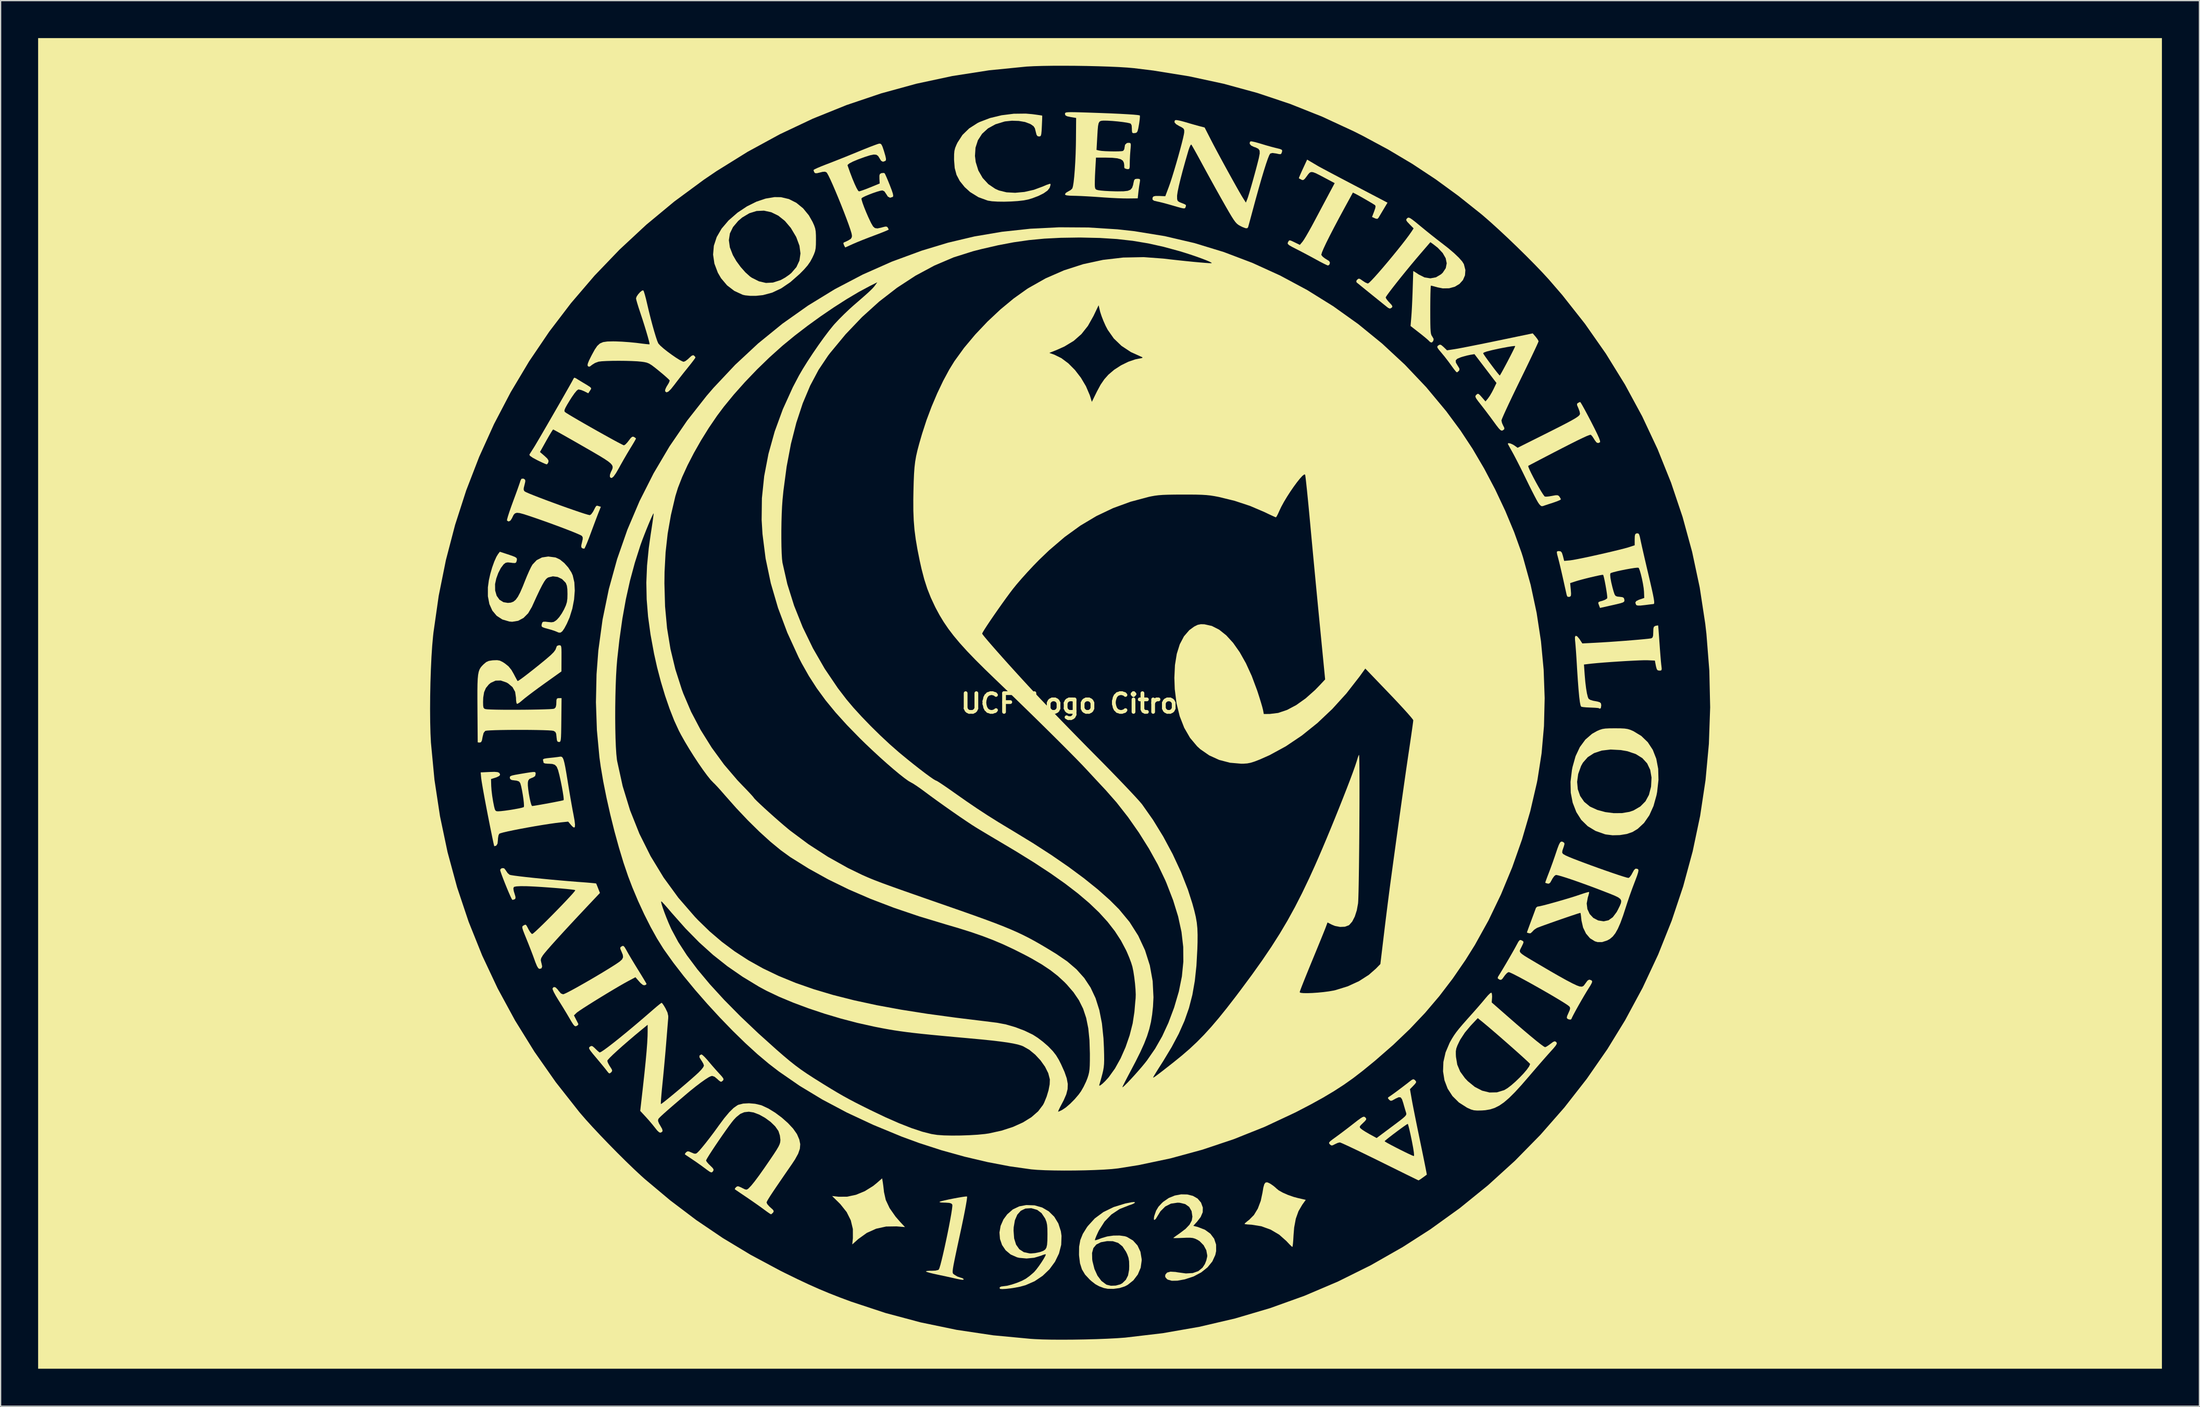
<source format=kicad_pcb>
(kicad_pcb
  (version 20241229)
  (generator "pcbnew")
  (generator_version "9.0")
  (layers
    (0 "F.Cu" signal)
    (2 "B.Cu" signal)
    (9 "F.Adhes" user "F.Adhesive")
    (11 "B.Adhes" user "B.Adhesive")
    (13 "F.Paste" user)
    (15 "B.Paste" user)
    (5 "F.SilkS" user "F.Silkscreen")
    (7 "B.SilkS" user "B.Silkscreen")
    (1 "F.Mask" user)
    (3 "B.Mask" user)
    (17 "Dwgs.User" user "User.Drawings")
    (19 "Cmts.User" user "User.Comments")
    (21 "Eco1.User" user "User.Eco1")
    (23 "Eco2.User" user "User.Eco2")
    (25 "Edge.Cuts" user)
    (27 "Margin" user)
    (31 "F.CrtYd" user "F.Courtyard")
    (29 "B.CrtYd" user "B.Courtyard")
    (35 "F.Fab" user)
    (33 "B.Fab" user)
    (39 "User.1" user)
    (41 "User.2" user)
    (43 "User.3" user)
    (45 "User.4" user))
  (footprint "UCF Logo Citronaut"
    (layer "F.Cu")
    (at 84.95 53.255)
    (property "Reference" "UCF Logo Citronaut" (at 0 0 0) (layer "F.SilkS") (effects (font (size 1.5 1.5) (thickness 0.3))))
    (attr board_only exclude_from_pos_files exclude_from_bom)
    (fp_poly (pts (xy -17.378 38.333) (xy -17.339 38.61) (xy -17.299 38.95) (xy -17.283 39.11) (xy -17.141 39.744) (xy -16.832 40.401) (xy -16.355 41.082) (xy -15.981 41.511) (xy -15.602 41.916) (xy -16.278 41.86) (xy -17.114 41.872) (xy -17.91 42.047) (xy -18.655 42.381) (xy -19.336 42.871) (xy -19.373 42.904) (xy -19.821 43.305) (xy -19.77 42.806) (xy -19.772 42.07) (xy -19.939 41.374) (xy -20.269 40.715) (xy -20.765 40.091) (xy -20.883 39.971) (xy -21.434 39.43) (xy -20.918 39.488) (xy -20.236 39.484) (xy -19.527 39.333) (xy -18.824 39.044) (xy -18.156 38.629) (xy -17.863 38.393) (xy -17.43 38.015)) (stroke (width 0) (type solid)) (fill yes) (layer "F.SilkS"))
    (fp_poly (pts (xy 13.576 38.419) (xy 13.651 38.464) (xy 13.88 38.624) (xy 14.06 38.775) (xy 14.098 38.815) (xy 14.299 38.98) (xy 14.624 39.162) (xy 15.029 39.34) (xy 15.472 39.496) (xy 15.815 39.589) (xy 16.459 39.738) (xy 16.18 40.126) (xy 15.877 40.644) (xy 15.663 41.243) (xy 15.531 41.951) (xy 15.481 42.566) (xy 15.459 42.944) (xy 15.434 43.249) (xy 15.407 43.448) (xy 15.385 43.51) (xy 15.307 43.447) (xy 15.148 43.289) (xy 14.941 43.069) (xy 14.909 43.034) (xy 14.331 42.521) (xy 13.65 42.12) (xy 12.904 41.85) (xy 12.128 41.726) (xy 12.055 41.722) (xy 11.789 41.705) (xy 11.608 41.681) (xy 11.556 41.659) (xy 11.619 41.587) (xy 11.781 41.45) (xy 11.937 41.33) (xy 12.312 40.951) (xy 12.624 40.436) (xy 12.859 39.814) (xy 12.996 39.17) (xy 13.066 38.75) (xy 13.143 38.481) (xy 13.243 38.348) (xy 13.382 38.333)) (stroke (width 0) (type solid)) (fill yes) (layer "F.SilkS"))
    (fp_poly (pts (xy -10.638 39.466) (xy -10.635 39.554) (xy -10.665 39.787) (xy -10.725 40.145) (xy -10.811 40.61) (xy -10.92 41.161) (xy -11.048 41.778) (xy -11.094 41.995) (xy -11.28 42.857) (xy -11.433 43.568) (xy -11.555 44.144) (xy -11.649 44.599) (xy -11.718 44.949) (xy -11.762 45.209) (xy -11.785 45.394) (xy -11.789 45.52) (xy -11.776 45.6) (xy -11.747 45.651) (xy -11.706 45.688) (xy -11.654 45.725) (xy -11.639 45.736) (xy -11.405 45.876) (xy -11.196 45.948) (xy -11.01 46.006) (xy -10.91 46.074) (xy -10.919 46.126) (xy -11.017 46.136) (xy -11.183 46.113) (xy -11.445 46.062) (xy -11.638 46.018) (xy -11.924 45.953) (xy -12.315 45.867) (xy -12.751 45.774) (xy -13.019 45.718) (xy -13.386 45.636) (xy -13.683 45.56) (xy -13.876 45.499) (xy -13.932 45.465) (xy -13.855 45.432) (xy -13.657 45.414) (xy -13.469 45.413) (xy -13.17 45.4) (xy -12.957 45.352) (xy -12.901 45.318) (xy -12.847 45.201) (xy -12.769 44.943) (xy -12.673 44.571) (xy -12.562 44.11) (xy -12.443 43.585) (xy -12.321 43.021) (xy -12.2 42.444) (xy -12.087 41.878) (xy -11.987 41.35) (xy -11.904 40.885) (xy -11.845 40.507) (xy -11.814 40.243) (xy -11.816 40.117) (xy -11.817 40.116) (xy -11.901 40.027) (xy -12.061 39.979) (xy -12.338 39.961) (xy -12.427 39.96) (xy -12.703 39.949) (xy -12.837 39.922) (xy -12.827 39.887) (xy -12.692 39.842) (xy -12.437 39.779) (xy -12.103 39.706) (xy -11.729 39.631) (xy -11.356 39.562) (xy -11.024 39.506) (xy -10.773 39.471) (xy -10.643 39.465)) (stroke (width 0) (type solid)) (fill yes) (layer "F.SilkS"))
    (fp_poly (pts (xy -38.112 19.42) (xy -38.021 19.524) (xy -37.892 19.745) (xy -37.844 19.833) (xy -37.711 20.07) (xy -37.511 20.409) (xy -37.27 20.81) (xy -37.011 21.233) (xy -36.939 21.349) (xy -36.706 21.727) (xy -36.508 22.053) (xy -36.362 22.299) (xy -36.283 22.44) (xy -36.274 22.462) (xy -36.341 22.523) (xy -36.417 22.558) (xy -36.555 22.543) (xy -36.742 22.396) (xy -36.863 22.265) (xy -37.166 21.917) (xy -37.747 22.226) (xy -38.071 22.405) (xy -38.478 22.638) (xy -38.943 22.912) (xy -39.442 23.212) (xy -39.952 23.522) (xy -40.449 23.829) (xy -40.907 24.117) (xy -41.305 24.371) (xy -41.617 24.577) (xy -41.82 24.721) (xy -41.876 24.767) (xy -42.084 24.972) (xy -41.921 25.292) (xy -41.813 25.503) (xy -41.74 25.647) (xy -41.729 25.669) (xy -41.77 25.749) (xy -41.868 25.817) (xy -41.955 25.845) (xy -42.038 25.812) (xy -42.141 25.695) (xy -42.286 25.469) (xy -42.439 25.209) (xy -42.668 24.819) (xy -42.945 24.361) (xy -43.224 23.911) (xy -43.344 23.721) (xy -43.543 23.391) (xy -43.697 23.106) (xy -43.786 22.899) (xy -43.801 22.811) (xy -43.698 22.699) (xy -43.55 22.733) (xy -43.379 22.906) (xy -43.324 22.987) (xy -43.128 23.217) (xy -42.951 23.283) (xy -42.829 23.241) (xy -42.584 23.123) (xy -42.239 22.941) (xy -41.813 22.707) (xy -41.331 22.435) (xy -40.812 22.137) (xy -40.279 21.824) (xy -39.755 21.51) (xy -39.26 21.207) (xy -38.816 20.928) (xy -38.758 20.891) (xy -38.429 20.666) (xy -38.234 20.487) (xy -38.155 20.317) (xy -38.177 20.121) (xy -38.283 19.863) (xy -38.288 19.852) (xy -38.374 19.649) (xy -38.379 19.538) (xy -38.309 19.47) (xy -38.198 19.41)) (stroke (width 0) (type solid)) (fill yes) (layer "F.SilkS"))
    (fp_poly (pts (xy 41.201 1.991) (xy 41.642 1.995) (xy 41.96 2.011) (xy 42.201 2.047) (xy 42.412 2.11) (xy 42.64 2.207) (xy 42.663 2.217) (xy 43.3 2.602) (xy 43.82 3.104) (xy 44.22 3.715) (xy 44.499 4.427) (xy 44.652 5.232) (xy 44.676 6.119) (xy 44.569 7.082) (xy 44.518 7.35) (xy 44.278 8.213) (xy 43.944 8.955) (xy 43.521 9.567) (xy 43.014 10.041) (xy 42.596 10.294) (xy 42.135 10.452) (xy 41.583 10.541) (xy 41.005 10.555) (xy 40.467 10.489) (xy 40.39 10.471) (xy 39.639 10.206) (xy 39.01 9.824) (xy 38.499 9.322) (xy 38.104 8.699) (xy 38.102 8.694) (xy 37.812 7.946) (xy 37.658 7.147) (xy 37.639 6.28) (xy 37.639 6.278) (xy 38.167 6.278) (xy 38.222 6.872) (xy 38.412 7.412) (xy 38.733 7.876) (xy 39.179 8.244) (xy 39.222 8.27) (xy 39.783 8.525) (xy 40.423 8.698) (xy 41.096 8.784) (xy 41.756 8.779) (xy 42.355 8.679) (xy 42.687 8.563) (xy 43.227 8.247) (xy 43.633 7.837) (xy 43.913 7.321) (xy 44.077 6.686) (xy 44.084 6.637) (xy 44.12 5.931) (xy 44.014 5.318) (xy 43.768 4.799) (xy 43.383 4.377) (xy 42.861 4.054) (xy 42.203 3.83) (xy 41.662 3.734) (xy 40.85 3.691) (xy 40.135 3.774) (xy 39.522 3.978) (xy 39.018 4.302) (xy 38.631 4.743) (xy 38.483 5.008) (xy 38.253 5.649) (xy 38.167 6.278) (xy 37.639 6.278) (xy 37.753 5.328) (xy 37.801 5.084) (xy 38.042 4.226) (xy 38.385 3.496) (xy 38.825 2.897) (xy 39.358 2.435) (xy 39.757 2.209) (xy 39.981 2.111) (xy 40.189 2.048) (xy 40.426 2.011) (xy 40.738 1.995) (xy 41.171 1.991)) (stroke (width 0) (type solid)) (fill yes) (layer "F.SilkS"))
    (fp_poly (pts (xy -25.529 -40.522) (xy -24.892 -40.373) (xy -24.294 -40.071) (xy -23.754 -39.631) (xy -23.293 -39.068) (xy -22.996 -38.545) (xy -22.869 -38.262) (xy -22.789 -38.028) (xy -22.745 -37.785) (xy -22.727 -37.476) (xy -22.724 -37.126) (xy -22.729 -36.721) (xy -22.75 -36.428) (xy -22.798 -36.189) (xy -22.886 -35.949) (xy -23.004 -35.691) (xy -23.18 -35.363) (xy -23.397 -35.053) (xy -23.687 -34.721) (xy -24.026 -34.378) (xy -24.772 -33.721) (xy -25.502 -33.224) (xy -26.23 -32.88) (xy -26.97 -32.682) (xy -27.524 -32.625) (xy -27.995 -32.626) (xy -28.387 -32.665) (xy -28.586 -32.71) (xy -29.252 -33.017) (xy -29.836 -33.464) (xy -30.319 -34.036) (xy -30.575 -34.478) (xy -30.849 -35.205) (xy -30.954 -35.926) (xy -30.893 -36.635) (xy -30.746 -37.082) (xy -29.692 -37.082) (xy -29.613 -36.506) (xy -29.371 -35.883) (xy -29.37 -35.882) (xy -29.094 -35.406) (xy -28.748 -34.933) (xy -28.373 -34.508) (xy -28.005 -34.177) (xy -27.865 -34.079) (xy -27.286 -33.787) (xy -26.726 -33.657) (xy -26.161 -33.688) (xy -25.57 -33.879) (xy -25.527 -33.898) (xy -25.194 -34.083) (xy -24.851 -34.322) (xy -24.694 -34.454) (xy -24.288 -34.926) (xy -24.045 -35.448) (xy -23.964 -36.018) (xy -24.045 -36.635) (xy -24.29 -37.298) (xy -24.323 -37.367) (xy -24.738 -38.064) (xy -25.214 -38.624) (xy -25.739 -39.043) (xy -26.3 -39.317) (xy -26.882 -39.443) (xy -27.473 -39.416) (xy -28.059 -39.234) (xy -28.628 -38.893) (xy -28.946 -38.62) (xy -29.36 -38.131) (xy -29.609 -37.621) (xy -29.692 -37.082) (xy -30.746 -37.082) (xy -30.665 -37.33) (xy -30.274 -38.004) (xy -29.719 -38.656) (xy -29.004 -39.279) (xy -28.972 -39.302) (xy -28.241 -39.788) (xy -27.491 -40.161) (xy -26.75 -40.41) (xy -26.043 -40.528)) (stroke (width 0) (type solid)) (fill yes) (layer "F.SilkS"))
    (fp_poly (pts (xy 6.984 39.306) (xy 7.431 39.418) (xy 7.804 39.631) (xy 8.072 39.945) (xy 8.083 39.963) (xy 8.225 40.353) (xy 8.216 40.729) (xy 8.051 41.113) (xy 7.771 41.477) (xy 7.464 41.816) (xy 7.831 41.912) (xy 8.393 42.13) (xy 8.828 42.445) (xy 9.129 42.845) (xy 9.285 43.315) (xy 9.289 43.84) (xy 9.222 44.149) (xy 8.986 44.666) (xy 8.604 45.137) (xy 8.096 45.543) (xy 7.485 45.869) (xy 6.79 46.097) (xy 6.776 46.101) (xy 6.191 46.206) (xy 5.742 46.214) (xy 5.425 46.124) (xy 5.35 46.075) (xy 5.215 45.909) (xy 5.219 45.736) (xy 5.36 45.56) (xy 5.636 45.484) (xy 6.047 45.509) (xy 6.202 45.537) (xy 6.867 45.627) (xy 7.416 45.597) (xy 7.857 45.445) (xy 8.196 45.169) (xy 8.389 44.876) (xy 8.505 44.582) (xy 8.573 44.288) (xy 8.58 44.191) (xy 8.502 43.768) (xy 8.288 43.369) (xy 7.971 43.046) (xy 7.811 42.944) (xy 7.612 42.847) (xy 7.426 42.79) (xy 7.203 42.767) (xy 6.892 42.769) (xy 6.647 42.78) (xy 6.306 42.793) (xy 6.039 42.799) (xy 5.885 42.796) (xy 5.862 42.79) (xy 5.926 42.733) (xy 6.097 42.608) (xy 6.338 42.441) (xy 6.363 42.423) (xy 6.839 42.062) (xy 7.161 41.723) (xy 7.341 41.389) (xy 7.391 41.082) (xy 7.324 40.636) (xy 7.129 40.298) (xy 6.811 40.074) (xy 6.375 39.97) (xy 6.201 39.963) (xy 5.673 40.04) (xy 5.217 40.27) (xy 4.837 40.649) (xy 4.618 41.003) (xy 4.47 41.249) (xy 4.362 41.349) (xy 4.307 41.306) (xy 4.32 41.118) (xy 4.349 40.999) (xy 4.486 40.603) (xy 4.675 40.287) (xy 4.958 39.983) (xy 5.064 39.887) (xy 5.502 39.586) (xy 5.988 39.389) (xy 6.492 39.296)) (stroke (width 0) (type solid)) (fill yes) (layer "F.SilkS"))
    (fp_poly (pts (xy -46.051 -17.956) (xy -45.984 -17.884) (xy -45.978 -17.758) (xy -46.031 -17.527) (xy -46.042 -17.486) (xy -46.103 -17.233) (xy -46.103 -17.083) (xy -46.042 -16.982) (xy -46.034 -16.974) (xy -45.919 -16.91) (xy -45.667 -16.799) (xy -45.303 -16.652) (xy -44.851 -16.476) (xy -44.335 -16.28) (xy -43.779 -16.074) (xy -43.208 -15.865) (xy -42.646 -15.664) (xy -42.117 -15.479) (xy -41.646 -15.318) (xy -41.256 -15.19) (xy -40.972 -15.105) (xy -40.817 -15.071) (xy -40.811 -15.071) (xy -40.707 -15.14) (xy -40.576 -15.317) (xy -40.512 -15.431) (xy -40.39 -15.671) (xy -40.312 -15.793) (xy -40.245 -15.829) (xy -40.153 -15.809) (xy -40.106 -15.793) (xy -39.933 -15.739) (xy -40.109 -15.299) (xy -40.202 -15.06) (xy -40.337 -14.704) (xy -40.499 -14.273) (xy -40.672 -13.808) (xy -40.736 -13.634) (xy -40.895 -13.21) (xy -41.039 -12.847) (xy -41.157 -12.572) (xy -41.235 -12.414) (xy -41.257 -12.386) (xy -41.384 -12.406) (xy -41.438 -12.433) (xy -41.498 -12.509) (xy -41.498 -12.652) (xy -41.441 -12.898) (xy -41.384 -13.152) (xy -41.386 -13.302) (xy -41.45 -13.404) (xy -41.459 -13.413) (xy -41.578 -13.481) (xy -41.836 -13.595) (xy -42.207 -13.748) (xy -42.671 -13.929) (xy -43.204 -14.132) (xy -43.783 -14.346) (xy -44.385 -14.564) (xy -44.988 -14.777) (xy -45.568 -14.975) (xy -45.645 -15.001) (xy -46.1 -15.149) (xy -46.424 -15.236) (xy -46.647 -15.259) (xy -46.799 -15.214) (xy -46.908 -15.099) (xy -47.004 -14.909) (xy -47.034 -14.838) (xy -47.162 -14.637) (xy -47.306 -14.562) (xy -47.431 -14.627) (xy -47.442 -14.644) (xy -47.43 -14.745) (xy -47.365 -14.979) (xy -47.257 -15.317) (xy -47.112 -15.734) (xy -46.947 -16.189) (xy -46.771 -16.665) (xy -46.615 -17.094) (xy -46.49 -17.449) (xy -46.404 -17.7) (xy -46.37 -17.815) (xy -46.285 -17.982) (xy -46.13 -17.995)) (stroke (width 0) (type solid)) (fill yes) (layer "F.SilkS"))
    (fp_poly (pts (xy 2.801 39.943) (xy 2.734 40.01) (xy 2.548 40.098) (xy 2.315 40.176) (xy 1.562 40.474) (xy 0.911 40.907) (xy 0.363 41.474) (xy -0.084 42.178) (xy -0.152 42.315) (xy -0.285 42.606) (xy -0.376 42.833) (xy -0.412 42.957) (xy -0.41 42.969) (xy -0.319 42.958) (xy -0.117 42.894) (xy 0.132 42.798) (xy 0.573 42.667) (xy 1.069 42.597) (xy 1.561 42.59) (xy 1.989 42.65) (xy 2.154 42.704) (xy 2.638 42.99) (xy 3 43.39) (xy 3.234 43.892) (xy 3.331 44.483) (xy 3.333 44.592) (xy 3.253 45.171) (xy 3.024 45.712) (xy 2.668 46.181) (xy 2.205 46.547) (xy 1.983 46.663) (xy 1.56 46.797) (xy 1.079 46.863) (xy 0.613 46.856) (xy 0.297 46.793) (xy -0.069 46.655) (xy -0.366 46.492) (xy -0.664 46.261) (xy -0.827 46.116) (xy -1.196 45.72) (xy -1.448 45.3) (xy -1.602 44.813) (xy -1.675 44.217) (xy -1.681 44.111) (xy -1.679 43.988) (xy -0.637 43.988) (xy -0.625 44.497) (xy -0.604 44.644) (xy -0.446 45.272) (xy -0.203 45.807) (xy 0.113 46.227) (xy 0.488 46.508) (xy 0.543 46.535) (xy 0.874 46.612) (xy 1.26 46.598) (xy 1.618 46.501) (xy 1.784 46.409) (xy 2.065 46.135) (xy 2.241 45.79) (xy 2.325 45.341) (xy 2.336 45.037) (xy 2.325 44.66) (xy 2.278 44.373) (xy 2.18 44.1) (xy 2.081 43.894) (xy 1.796 43.461) (xy 1.451 43.183) (xy 1.028 43.047) (xy 0.574 43.039) (xy 0.07 43.13) (xy -0.296 43.313) (xy -0.53 43.596) (xy -0.637 43.988) (xy -1.679 43.988) (xy -1.672 43.487) (xy -1.577 42.956) (xy -1.377 42.46) (xy -1.055 41.942) (xy -0.979 41.837) (xy -0.419 41.222) (xy 0.269 40.714) (xy 1.085 40.316) (xy 2.023 40.028) (xy 2.527 39.928) (xy 2.736 39.911)) (stroke (width 0) (type solid)) (fill yes) (layer "F.SilkS"))
    (fp_poly (pts (xy -5.43 -47.168) (xy -5.086 -47.122) (xy -4.814 -47.083) (xy -4.653 -47.057) (xy -4.625 -47.049) (xy -4.624 -46.963) (xy -4.63 -46.745) (xy -4.643 -46.433) (xy -4.653 -46.207) (xy -4.673 -45.828) (xy -4.697 -45.587) (xy -4.731 -45.453) (xy -4.785 -45.395) (xy -4.867 -45.381) (xy -4.881 -45.381) (xy -5.002 -45.409) (xy -5.08 -45.521) (xy -5.141 -45.757) (xy -5.146 -45.782) (xy -5.213 -46.04) (xy -5.321 -46.205) (xy -5.522 -46.346) (xy -5.599 -46.389) (xy -5.997 -46.539) (xy -6.498 -46.625) (xy -7.046 -46.643) (xy -7.583 -46.588) (xy -7.648 -46.575) (xy -8.366 -46.356) (xy -8.963 -46.027) (xy -9.433 -45.598) (xy -9.768 -45.081) (xy -9.961 -44.484) (xy -10.004 -43.819) (xy -9.943 -43.331) (xy -9.733 -42.656) (xy -9.389 -42.059) (xy -8.931 -41.563) (xy -8.376 -41.188) (xy -8.087 -41.06) (xy -7.482 -40.911) (xy -6.79 -40.873) (xy -6.047 -40.941) (xy -5.293 -41.112) (xy -4.564 -41.382) (xy -4.525 -41.4) (xy -4.257 -41.514) (xy -4.055 -41.581) (xy -3.96 -41.588) (xy -3.96 -41.586) (xy -3.965 -41.476) (xy -4.026 -41.285) (xy -4.035 -41.261) (xy -4.199 -41.052) (xy -4.506 -40.834) (xy -4.928 -40.621) (xy -5.44 -40.428) (xy -5.74 -40.338) (xy -6.101 -40.266) (xy -6.573 -40.212) (xy -7.11 -40.177) (xy -7.665 -40.161) (xy -8.192 -40.167) (xy -8.644 -40.195) (xy -8.975 -40.247) (xy -8.976 -40.247) (xy -9.726 -40.52) (xy -10.392 -40.932) (xy -10.831 -41.332) (xy -11.22 -41.816) (xy -11.479 -42.308) (xy -11.625 -42.855) (xy -11.676 -43.503) (xy -11.677 -43.563) (xy -11.673 -43.95) (xy -11.648 -44.231) (xy -11.588 -44.468) (xy -11.482 -44.725) (xy -11.402 -44.891) (xy -11.005 -45.504) (xy -10.467 -46.029) (xy -9.793 -46.46) (xy -9.642 -46.534) (xy -8.805 -46.855) (xy -7.874 -47.079) (xy -6.903 -47.201) (xy -5.942 -47.212)) (stroke (width 0) (type solid)) (fill yes) (layer "F.SilkS"))
    (fp_poly (pts (xy 33.727 18.967) (xy 33.836 19.028) (xy 33.879 19.091) (xy 33.855 19.202) (xy 33.761 19.405) (xy 33.708 19.513) (xy 33.638 19.65) (xy 33.591 19.758) (xy 33.583 19.851) (xy 33.629 19.945) (xy 33.745 20.054) (xy 33.945 20.195) (xy 34.246 20.381) (xy 34.662 20.628) (xy 35.127 20.903) (xy 35.998 21.414) (xy 36.731 21.835) (xy 37.329 22.167) (xy 37.797 22.412) (xy 38.138 22.573) (xy 38.356 22.652) (xy 38.375 22.657) (xy 38.554 22.673) (xy 38.682 22.609) (xy 38.819 22.432) (xy 38.836 22.405) (xy 38.996 22.19) (xy 39.128 22.11) (xy 39.274 22.147) (xy 39.325 22.177) (xy 39.372 22.242) (xy 39.348 22.36) (xy 39.242 22.56) (xy 39.098 22.789) (xy 38.929 23.06) (xy 38.726 23.4) (xy 38.505 23.78) (xy 38.283 24.17) (xy 38.077 24.541) (xy 37.903 24.862) (xy 37.779 25.104) (xy 37.72 25.237) (xy 37.718 25.25) (xy 37.653 25.309) (xy 37.506 25.294) (xy 37.394 25.242) (xy 37.341 25.167) (xy 37.365 25.028) (xy 37.471 24.784) (xy 37.472 24.783) (xy 37.581 24.533) (xy 37.607 24.379) (xy 37.559 24.27) (xy 37.556 24.267) (xy 37.436 24.169) (xy 37.192 24.006) (xy 36.846 23.79) (xy 36.42 23.533) (xy 35.937 23.249) (xy 35.42 22.951) (xy 34.89 22.65) (xy 34.369 22.359) (xy 33.881 22.092) (xy 33.447 21.86) (xy 33.09 21.676) (xy 32.831 21.554) (xy 32.694 21.506) (xy 32.689 21.505) (xy 32.568 21.571) (xy 32.411 21.738) (xy 32.332 21.846) (xy 32.186 22.048) (xy 32.079 22.128) (xy 31.971 22.112) (xy 31.933 22.094) (xy 31.816 22.008) (xy 31.828 21.902) (xy 31.879 21.817) (xy 32.036 21.565) (xy 32.247 21.215) (xy 32.49 20.806) (xy 32.741 20.375) (xy 32.977 19.964) (xy 33.177 19.61) (xy 33.317 19.353) (xy 33.339 19.311) (xy 33.471 19.069) (xy 33.566 18.953) (xy 33.656 18.937)) (stroke (width 0) (type solid)) (fill yes) (layer "F.SilkS"))
    (fp_poly (pts (xy -5.234 40.177) (xy -4.627 40.35) (xy -4.098 40.659) (xy -3.661 41.088) (xy -3.334 41.625) (xy -3.131 42.254) (xy -3.08 42.621) (xy -3.105 43.336) (xy -3.283 44.032) (xy -3.601 44.69) (xy -4.042 45.292) (xy -4.59 45.817) (xy -5.23 46.248) (xy -5.947 46.563) (xy -6.381 46.684) (xy -6.781 46.763) (xy -7.179 46.824) (xy -7.538 46.864) (xy -7.82 46.879) (xy -7.986 46.866) (xy -8.009 46.854) (xy -8.037 46.752) (xy -7.926 46.677) (xy -7.734 46.651) (xy -7.441 46.614) (xy -7.056 46.516) (xy -6.638 46.376) (xy -6.245 46.214) (xy -5.946 46.055) (xy -5.645 45.838) (xy -5.343 45.581) (xy -5.251 45.492) (xy -5.082 45.294) (xy -4.884 45.03) (xy -4.683 44.738) (xy -4.507 44.459) (xy -4.381 44.233) (xy -4.332 44.101) (xy -4.332 44.1) (xy -4.401 44.094) (xy -4.577 44.148) (xy -4.712 44.204) (xy -5.264 44.371) (xy -5.873 44.431) (xy -6.463 44.378) (xy -6.642 44.334) (xy -7.15 44.109) (xy -7.551 43.773) (xy -7.837 43.351) (xy -8.003 42.869) (xy -8.044 42.351) (xy -8.018 42.201) (xy -6.917 42.201) (xy -6.87 42.826) (xy -6.715 43.323) (xy -6.457 43.689) (xy -6.095 43.924) (xy -5.633 44.023) (xy -5.516 44.027) (xy -5.184 43.997) (xy -4.828 43.922) (xy -4.729 43.892) (xy -4.525 43.811) (xy -4.382 43.71) (xy -4.289 43.561) (xy -4.236 43.333) (xy -4.211 42.998) (xy -4.205 42.527) (xy -4.205 42.46) (xy -4.211 42.038) (xy -4.235 41.735) (xy -4.285 41.5) (xy -4.369 41.284) (xy -4.403 41.212) (xy -4.678 40.801) (xy -5.029 40.538) (xy -5.472 40.411) (xy -5.527 40.405) (xy -5.971 40.434) (xy -6.336 40.609) (xy -6.617 40.923) (xy -6.81 41.368) (xy -6.907 41.936) (xy -6.917 42.201) (xy -8.018 42.201) (xy -7.953 41.821) (xy -7.726 41.304) (xy -7.426 40.897) (xy -6.975 40.502) (xy -6.463 40.258) (xy -5.9 40.153)) (stroke (width 0) (type solid)) (fill yes) (layer "F.SilkS"))
    (fp_poly (pts (xy 44.648 -6.241) (xy 44.658 -6.155) (xy 44.677 -5.928) (xy 44.703 -5.588) (xy 44.734 -5.164) (xy 44.759 -4.809) (xy 44.795 -4.304) (xy 44.832 -3.829) (xy 44.866 -3.423) (xy 44.895 -3.123) (xy 44.909 -3.01) (xy 44.935 -2.775) (xy 44.915 -2.662) (xy 44.83 -2.627) (xy 44.752 -2.625) (xy 44.62 -2.646) (xy 44.539 -2.74) (xy 44.48 -2.949) (xy 44.464 -3.027) (xy 44.386 -3.429) (xy 43.792 -3.456) (xy 43.542 -3.457) (xy 43.156 -3.445) (xy 42.665 -3.423) (xy 42.102 -3.393) (xy 41.498 -3.356) (xy 40.886 -3.315) (xy 40.299 -3.272) (xy 39.768 -3.228) (xy 39.326 -3.186) (xy 39.13 -3.164) (xy 38.715 -3.114) (xy 38.772 -2.298) (xy 38.822 -1.72) (xy 38.884 -1.211) (xy 38.954 -0.796) (xy 39.028 -0.501) (xy 39.093 -0.362) (xy 39.229 -0.28) (xy 39.452 -0.213) (xy 39.489 -0.207) (xy 39.803 -0.148) (xy 39.985 -0.09) (xy 40.071 -0.008) (xy 40.095 0.118) (xy 40.096 0.175) (xy 40.066 0.369) (xy 39.985 0.427) (xy 39.917 0.386) (xy 39.82 0.366) (xy 39.598 0.347) (xy 39.294 0.333) (xy 39.23 0.331) (xy 38.906 0.316) (xy 38.646 0.292) (xy 38.499 0.263) (xy 38.489 0.258) (xy 38.439 0.15) (xy 38.387 -0.114) (xy 38.334 -0.537) (xy 38.28 -1.122) (xy 38.223 -1.87) (xy 38.163 -2.784) (xy 38.143 -3.133) (xy 38.111 -3.658) (xy 38.078 -4.15) (xy 38.046 -4.573) (xy 38.019 -4.892) (xy 38.001 -5.059) (xy 37.992 -5.314) (xy 38.053 -5.418) (xy 38.174 -5.369) (xy 38.346 -5.167) (xy 38.385 -5.109) (xy 38.585 -4.802) (xy 39.702 -4.859) (xy 40.21 -4.888) (xy 40.774 -4.924) (xy 41.368 -4.966) (xy 41.965 -5.01) (xy 42.538 -5.056) (xy 43.06 -5.1) (xy 43.506 -5.141) (xy 43.849 -5.176) (xy 44.061 -5.204) (xy 44.11 -5.214) (xy 44.201 -5.281) (xy 44.247 -5.435) (xy 44.259 -5.711) (xy 44.268 -5.979) (xy 44.306 -6.124) (xy 44.392 -6.192) (xy 44.446 -6.21) (xy 44.598 -6.241)) (stroke (width 0) (type solid)) (fill yes) (layer "F.SilkS"))
    (fp_poly (pts (xy 16.864 -43.355) (xy 17.145 -43.189) (xy 17.427 -43.022) (xy 17.444 -43.012) (xy 17.584 -42.934) (xy 17.856 -42.787) (xy 18.239 -42.583) (xy 18.715 -42.331) (xy 19.262 -42.042) (xy 19.862 -41.726) (xy 20.363 -41.463) (xy 22.998 -40.082) (xy 22.672 -39.535) (xy 22.503 -39.252) (xy 22.362 -39.015) (xy 22.276 -38.871) (xy 22.272 -38.864) (xy 22.187 -38.785) (xy 22.045 -38.809) (xy 21.979 -38.838) (xy 21.76 -38.937) (xy 21.928 -39.379) (xy 22.02 -39.646) (xy 22.042 -39.801) (xy 21.999 -39.884) (xy 21.985 -39.894) (xy 21.806 -40.007) (xy 21.528 -40.172) (xy 21.204 -40.361) (xy 20.884 -40.544) (xy 20.619 -40.692) (xy 20.501 -40.755) (xy 20.231 -40.891) (xy 19.596 -39.729) (xy 19.127 -38.862) (xy 18.718 -38.089) (xy 18.372 -37.419) (xy 18.093 -36.859) (xy 17.887 -36.418) (xy 17.756 -36.104) (xy 17.705 -35.925) (xy 17.707 -35.894) (xy 17.814 -35.758) (xy 17.991 -35.621) (xy 18.19 -35.498) (xy 18.331 -35.407) (xy 18.393 -35.287) (xy 18.361 -35.141) (xy 18.259 -35.056) (xy 18.234 -35.054) (xy 18.125 -35.094) (xy 17.901 -35.202) (xy 17.598 -35.359) (xy 17.287 -35.528) (xy 16.843 -35.77) (xy 16.355 -36.03) (xy 15.898 -36.269) (xy 15.692 -36.374) (xy 15.352 -36.549) (xy 15.14 -36.672) (xy 15.034 -36.763) (xy 15.01 -36.841) (xy 15.037 -36.917) (xy 15.098 -37.025) (xy 15.161 -37.068) (xy 15.271 -37.045) (xy 15.472 -36.953) (xy 15.594 -36.894) (xy 15.986 -36.704) (xy 16.2 -36.958) (xy 16.31 -37.116) (xy 16.48 -37.394) (xy 16.692 -37.761) (xy 16.929 -38.186) (xy 17.11 -38.523) (xy 17.385 -39.04) (xy 17.675 -39.587) (xy 17.955 -40.113) (xy 18.196 -40.565) (xy 18.289 -40.741) (xy 18.772 -41.646) (xy 17.987 -42.065) (xy 17.556 -42.293) (xy 17.247 -42.446) (xy 17.031 -42.525) (xy 16.879 -42.534) (xy 16.763 -42.476) (xy 16.653 -42.354) (xy 16.554 -42.216) (xy 16.39 -41.999) (xy 16.276 -41.901) (xy 16.173 -41.897) (xy 16.106 -41.926) (xy 15.959 -42.004) (xy 15.906 -42.035) (xy 15.93 -42.114) (xy 16.012 -42.312) (xy 16.137 -42.595) (xy 16.227 -42.791) (xy 16.569 -43.53)) (stroke (width 0) (type solid)) (fill yes) (layer "F.SilkS"))
    (fp_poly (pts (xy 38.466 -24.057) (xy 38.585 -23.857) (xy 38.756 -23.549) (xy 38.967 -23.157) (xy 39.205 -22.702) (xy 39.285 -22.549) (xy 39.573 -21.983) (xy 39.783 -21.551) (xy 39.922 -21.24) (xy 39.995 -21.036) (xy 40.008 -20.925) (xy 39.992 -20.899) (xy 39.843 -20.838) (xy 39.718 -20.888) (xy 39.58 -21.067) (xy 39.52 -21.167) (xy 39.389 -21.369) (xy 39.279 -21.49) (xy 39.247 -21.505) (xy 39.135 -21.479) (xy 38.927 -21.397) (xy 38.614 -21.254) (xy 38.187 -21.048) (xy 37.636 -20.772) (xy 36.952 -20.423) (xy 36.275 -20.074) (xy 35.743 -19.797) (xy 35.263 -19.547) (xy 34.854 -19.333) (xy 34.536 -19.166) (xy 34.331 -19.057) (xy 34.257 -19.015) (xy 34.272 -18.922) (xy 34.358 -18.714) (xy 34.498 -18.422) (xy 34.675 -18.075) (xy 34.873 -17.704) (xy 35.076 -17.34) (xy 35.267 -17.013) (xy 35.43 -16.754) (xy 35.548 -16.592) (xy 35.585 -16.558) (xy 35.703 -16.549) (xy 35.931 -16.572) (xy 36.149 -16.61) (xy 36.429 -16.66) (xy 36.593 -16.665) (xy 36.692 -16.62) (xy 36.753 -16.55) (xy 36.844 -16.401) (xy 36.868 -16.331) (xy 36.793 -16.278) (xy 36.594 -16.192) (xy 36.309 -16.089) (xy 36.21 -16.056) (xy 35.883 -15.95) (xy 35.606 -15.858) (xy 35.43 -15.797) (xy 35.408 -15.789) (xy 35.288 -15.798) (xy 35.149 -15.932) (xy 35.037 -16.094) (xy 34.929 -16.283) (xy 34.764 -16.595) (xy 34.557 -16.998) (xy 34.325 -17.462) (xy 34.083 -17.956) (xy 34.069 -17.985) (xy 33.816 -18.504) (xy 33.56 -19.017) (xy 33.321 -19.486) (xy 33.118 -19.875) (xy 32.975 -20.137) (xy 32.814 -20.424) (xy 32.691 -20.65) (xy 32.626 -20.778) (xy 32.621 -20.793) (xy 32.685 -20.835) (xy 32.843 -20.803) (xy 33.043 -20.712) (xy 33.149 -20.645) (xy 33.407 -20.463) (xy 35.456 -21.488) (xy 36.21 -21.867) (xy 36.825 -22.178) (xy 37.314 -22.432) (xy 37.693 -22.634) (xy 37.974 -22.795) (xy 38.17 -22.92) (xy 38.297 -23.019) (xy 38.367 -23.1) (xy 38.395 -23.17) (xy 38.397 -23.198) (xy 38.362 -23.38) (xy 38.273 -23.619) (xy 38.252 -23.666) (xy 38.165 -23.87) (xy 38.161 -23.981) (xy 38.231 -24.049) (xy 38.368 -24.118) (xy 38.412 -24.129)) (stroke (width 0) (type solid)) (fill yes) (layer "F.SilkS"))
    (fp_poly (pts (xy -36.534 -33.059) (xy -36.485 -32.948) (xy -36.411 -32.708) (xy -36.322 -32.374) (xy -36.235 -32.004) (xy -36.098 -31.421) (xy -35.952 -30.836) (xy -35.804 -30.277) (xy -35.661 -29.769) (xy -35.531 -29.34) (xy -35.422 -29.017) (xy -35.34 -28.826) (xy -35.327 -28.805) (xy -35.173 -28.635) (xy -34.923 -28.414) (xy -34.611 -28.166) (xy -34.27 -27.915) (xy -33.934 -27.683) (xy -33.636 -27.496) (xy -33.408 -27.377) (xy -33.302 -27.347) (xy -33.164 -27.405) (xy -32.973 -27.55) (xy -32.877 -27.642) (xy -32.684 -27.819) (xy -32.556 -27.874) (xy -32.478 -27.843) (xy -32.381 -27.731) (xy -32.366 -27.688) (xy -32.416 -27.602) (xy -32.554 -27.414) (xy -32.756 -27.152) (xy -32.982 -26.87) (xy -33.291 -26.486) (xy -33.617 -26.071) (xy -33.913 -25.687) (xy -34.052 -25.503) (xy -34.326 -25.158) (xy -34.533 -24.958) (xy -34.68 -24.898) (xy -34.777 -24.97) (xy -34.795 -25.008) (xy -34.777 -25.143) (xy -34.681 -25.349) (xy -34.62 -25.446) (xy -34.494 -25.657) (xy -34.431 -25.817) (xy -34.43 -25.856) (xy -34.504 -25.941) (xy -34.684 -26.108) (xy -34.943 -26.334) (xy -35.255 -26.594) (xy -35.276 -26.611) (xy -35.622 -26.891) (xy -35.877 -27.082) (xy -36.077 -27.204) (xy -36.26 -27.278) (xy -36.464 -27.323) (xy -36.671 -27.352) (xy -37.014 -27.384) (xy -37.457 -27.406) (xy -37.963 -27.42) (xy -38.495 -27.425) (xy -39.013 -27.421) (xy -39.479 -27.408) (xy -39.857 -27.387) (xy -40.107 -27.356) (xy -40.126 -27.352) (xy -40.4 -27.251) (xy -40.637 -27.103) (xy -40.658 -27.085) (xy -40.818 -26.962) (xy -40.926 -26.963) (xy -40.967 -26.996) (xy -40.999 -27.076) (xy -40.972 -27.217) (xy -40.88 -27.446) (xy -40.711 -27.787) (xy -40.647 -27.91) (xy -40.42 -28.325) (xy -40.22 -28.618) (xy -40.009 -28.81) (xy -39.751 -28.921) (xy -39.411 -28.97) (xy -38.951 -28.98) (xy -38.737 -28.977) (xy -38.23 -28.956) (xy -37.655 -28.915) (xy -37.113 -28.862) (xy -36.953 -28.842) (xy -36.585 -28.795) (xy -36.286 -28.761) (xy -36.092 -28.744) (xy -36.036 -28.745) (xy -36.044 -28.835) (xy -36.098 -29.059) (xy -36.188 -29.389) (xy -36.308 -29.798) (xy -36.449 -30.259) (xy -36.603 -30.744) (xy -36.762 -31.226) (xy -36.78 -31.28) (xy -36.911 -31.677) (xy -37.018 -32.022) (xy -37.091 -32.282) (xy -37.12 -32.419) (xy -37.12 -32.423) (xy -37.068 -32.573) (xy -36.944 -32.754) (xy -36.789 -32.925) (xy -36.641 -33.043) (xy -36.54 -33.063)) (stroke (width 0) (type solid)) (fill yes) (layer "F.SilkS"))
    (fp_poly (pts (xy -47.673 13.196) (xy -47.546 13.346) (xy -47.527 13.382) (xy -47.386 13.584) (xy -47.236 13.714) (xy -47.109 13.745) (xy -46.833 13.788) (xy -46.431 13.84) (xy -45.923 13.899) (xy -45.33 13.963) (xy -44.675 14.029) (xy -43.977 14.097) (xy -43.259 14.162) (xy -42.541 14.224) (xy -41.844 14.28) (xy -41.506 14.305) (xy -41.079 14.337) (xy -40.719 14.368) (xy -40.456 14.393) (xy -40.321 14.41) (xy -40.31 14.413) (xy -40.272 14.498) (xy -40.195 14.688) (xy -40.15 14.804) (xy -40.006 15.172) (xy -41.057 16.285) (xy -41.738 17.011) (xy -42.371 17.69) (xy -42.944 18.311) (xy -43.449 18.865) (xy -43.875 19.339) (xy -44.212 19.723) (xy -44.45 20.006) (xy -44.574 20.167) (xy -44.703 20.382) (xy -44.739 20.545) (xy -44.699 20.74) (xy -44.686 20.779) (xy -44.628 21.052) (xy -44.681 21.205) (xy -44.839 21.251) (xy -44.934 21.198) (xy -45.042 21.025) (xy -45.172 20.713) (xy -45.229 20.553) (xy -45.364 20.183) (xy -45.54 19.721) (xy -45.732 19.232) (xy -45.882 18.86) (xy -46.048 18.45) (xy -46.156 18.168) (xy -46.21 17.988) (xy -46.218 17.88) (xy -46.185 17.818) (xy -46.117 17.774) (xy -46.116 17.774) (xy -46.007 17.718) (xy -45.936 17.716) (xy -45.868 17.798) (xy -45.766 17.989) (xy -45.712 18.098) (xy -45.584 18.309) (xy -45.467 18.439) (xy -45.424 18.457) (xy -45.335 18.4) (xy -45.151 18.24) (xy -44.89 17.995) (xy -44.569 17.685) (xy -44.207 17.327) (xy -43.821 16.939) (xy -43.43 16.541) (xy -43.051 16.15) (xy -42.703 15.784) (xy -42.403 15.463) (xy -42.17 15.204) (xy -42.022 15.026) (xy -41.976 14.947) (xy -41.977 14.946) (xy -42.077 14.922) (xy -42.318 14.89) (xy -42.672 14.853) (xy -43.112 14.812) (xy -43.61 14.771) (xy -44.136 14.731) (xy -44.663 14.694) (xy -45.164 14.663) (xy -45.609 14.641) (xy -45.89 14.63) (xy -46.353 14.627) (xy -46.684 14.644) (xy -46.867 14.682) (xy -46.891 14.697) (xy -46.933 14.816) (xy -46.897 15.033) (xy -46.846 15.196) (xy -46.77 15.448) (xy -46.759 15.59) (xy -46.811 15.667) (xy -46.821 15.674) (xy -46.97 15.723) (xy -47.017 15.719) (xy -47.071 15.637) (xy -47.17 15.431) (xy -47.301 15.133) (xy -47.451 14.777) (xy -47.604 14.399) (xy -47.749 14.03) (xy -47.871 13.706) (xy -47.956 13.459) (xy -47.99 13.324) (xy -47.991 13.324) (xy -47.925 13.228) (xy -47.825 13.183)) (stroke (width 0) (type solid)) (fill yes) (layer "F.SilkS"))
    (fp_poly (pts (xy 31.304 23.148) (xy 31.349 23.239) (xy 31.366 23.441) (xy 31.362 23.555) (xy 31.335 23.936) (xy 32.636 25.076) (xy 33.324 25.676) (xy 33.938 26.203) (xy 34.47 26.651) (xy 34.911 27.014) (xy 35.252 27.283) (xy 35.486 27.453) (xy 35.603 27.516) (xy 35.606 27.517) (xy 35.721 27.468) (xy 35.912 27.343) (xy 36.034 27.251) (xy 36.241 27.098) (xy 36.367 27.044) (xy 36.459 27.076) (xy 36.497 27.11) (xy 36.541 27.179) (xy 36.528 27.269) (xy 36.444 27.406) (xy 36.272 27.615) (xy 36.011 27.905) (xy 35.753 28.193) (xy 35.418 28.574) (xy 35.036 29.013) (xy 34.64 29.473) (xy 34.322 29.845) (xy 33.718 30.543) (xy 33.195 31.114) (xy 32.736 31.571) (xy 32.325 31.926) (xy 31.945 32.19) (xy 31.578 32.376) (xy 31.209 32.496) (xy 30.821 32.562) (xy 30.539 32.582) (xy 30.176 32.589) (xy 29.915 32.568) (xy 29.687 32.506) (xy 29.426 32.39) (xy 29.35 32.352) (xy 28.709 31.942) (xy 28.194 31.43) (xy 27.808 30.833) (xy 27.555 30.167) (xy 27.441 29.45) (xy 27.469 28.699) (xy 27.644 27.931) (xy 27.681 27.844) (xy 28.464 27.844) (xy 28.465 28.114) (xy 28.476 28.302) (xy 28.579 28.918) (xy 28.815 29.475) (xy 29.198 30.002) (xy 29.424 30.24) (xy 29.98 30.694) (xy 30.564 30.996) (xy 31.159 31.143) (xy 31.752 31.131) (xy 32.328 30.956) (xy 32.34 30.951) (xy 32.594 30.799) (xy 32.901 30.564) (xy 33.235 30.272) (xy 33.57 29.949) (xy 33.881 29.622) (xy 34.141 29.317) (xy 34.324 29.061) (xy 34.403 28.879) (xy 34.405 28.86) (xy 34.344 28.791) (xy 34.172 28.627) (xy 33.91 28.386) (xy 33.576 28.083) (xy 33.187 27.736) (xy 32.764 27.361) (xy 32.324 26.975) (xy 31.887 26.593) (xy 31.47 26.234) (xy 31.094 25.912) (xy 30.776 25.645) (xy 30.634 25.528) (xy 30.219 25.191) (xy 29.637 25.81) (xy 29.188 26.348) (xy 28.828 26.898) (xy 28.746 27.054) (xy 28.591 27.379) (xy 28.502 27.62) (xy 28.464 27.844) (xy 27.681 27.844) (xy 27.97 27.162) (xy 28.007 27.093) (xy 28.163 26.818) (xy 28.321 26.567) (xy 28.5 26.314) (xy 28.721 26.033) (xy 29.005 25.697) (xy 29.372 25.281) (xy 29.647 24.973) (xy 29.98 24.599) (xy 30.309 24.223) (xy 30.6 23.884) (xy 30.816 23.625) (xy 30.837 23.599) (xy 31.035 23.369) (xy 31.2 23.208) (xy 31.299 23.147)) (stroke (width 0) (type solid)) (fill yes) (layer "F.SilkS"))
    (fp_poly (pts (xy -47.389 -11.936) (xy -47.028 -11.814) (xy -46.802 -11.723) (xy -46.683 -11.643) (xy -46.645 -11.552) (xy -46.661 -11.433) (xy -46.667 -11.407) (xy -46.712 -11.285) (xy -46.797 -11.236) (xy -46.973 -11.242) (xy -47.118 -11.263) (xy -47.378 -11.289) (xy -47.544 -11.258) (xy -47.688 -11.152) (xy -47.72 -11.121) (xy -47.937 -10.832) (xy -48.139 -10.437) (xy -48.299 -9.997) (xy -48.391 -9.576) (xy -48.396 -9.537) (xy -48.389 -9.035) (xy -48.267 -8.616) (xy -48.041 -8.299) (xy -47.725 -8.104) (xy -47.374 -8.046) (xy -47.134 -8.068) (xy -46.931 -8.144) (xy -46.749 -8.292) (xy -46.573 -8.531) (xy -46.388 -8.881) (xy -46.18 -9.36) (xy -46.014 -9.779) (xy -45.844 -10.198) (xy -45.673 -10.589) (xy -45.52 -10.908) (xy -45.404 -11.111) (xy -45.404 -11.112) (xy -45.066 -11.468) (xy -44.639 -11.685) (xy -44.138 -11.759) (xy -43.579 -11.686) (xy -43.537 -11.675) (xy -43.205 -11.517) (xy -42.86 -11.238) (xy -42.541 -10.88) (xy -42.286 -10.484) (xy -42.181 -10.245) (xy -42.053 -9.688) (xy -42.019 -9.034) (xy -42.074 -8.322) (xy -42.213 -7.593) (xy -42.432 -6.886) (xy -42.656 -6.374) (xy -42.852 -6.008) (xy -43.009 -5.78) (xy -43.147 -5.672) (xy -43.289 -5.665) (xy -43.41 -5.714) (xy -43.61 -5.797) (xy -43.901 -5.893) (xy -44.119 -5.955) (xy -44.427 -6.039) (xy -44.601 -6.105) (xy -44.673 -6.179) (xy -44.674 -6.285) (xy -44.653 -6.373) (xy -44.611 -6.489) (xy -44.529 -6.54) (xy -44.36 -6.541) (xy -44.163 -6.518) (xy -43.891 -6.494) (xy -43.71 -6.521) (xy -43.546 -6.621) (xy -43.441 -6.709) (xy -43.258 -6.914) (xy -43.054 -7.21) (xy -42.88 -7.52) (xy -42.733 -7.84) (xy -42.649 -8.106) (xy -42.611 -8.392) (xy -42.602 -8.761) (xy -42.613 -9.151) (xy -42.651 -9.42) (xy -42.724 -9.613) (xy -42.764 -9.677) (xy -43.04 -9.955) (xy -43.39 -10.124) (xy -43.768 -10.173) (xy -44.124 -10.091) (xy -44.227 -10.034) (xy -44.334 -9.932) (xy -44.466 -9.746) (xy -44.628 -9.462) (xy -44.831 -9.064) (xy -45.079 -8.54) (xy -45.381 -7.876) (xy -45.449 -7.725) (xy -45.747 -7.217) (xy -46.119 -6.843) (xy -46.55 -6.613) (xy -47.026 -6.536) (xy -47.258 -6.556) (xy -47.813 -6.72) (xy -48.267 -7.014) (xy -48.614 -7.428) (xy -48.85 -7.952) (xy -48.97 -8.577) (xy -48.97 -9.293) (xy -48.892 -9.859) (xy -48.776 -10.373) (xy -48.627 -10.887) (xy -48.459 -11.355) (xy -48.289 -11.735) (xy -48.16 -11.947) (xy -48.014 -12.14)) (stroke (width 0) (type solid)) (fill yes) (layer "F.SilkS"))
    (fp_poly (pts (xy -41.922 -26.023) (xy -41.912 -26.017) (xy -41.752 -25.916) (xy -41.509 -25.768) (xy -41.328 -25.658) (xy -41.012 -25.469) (xy -40.818 -25.344) (xy -40.724 -25.259) (xy -40.71 -25.188) (xy -40.752 -25.106) (xy -40.801 -25.034) (xy -40.94 -24.823) (xy -41.261 -24.987) (xy -41.5 -25.085) (xy -41.7 -25.129) (xy -41.741 -25.127) (xy -41.858 -25.043) (xy -42.038 -24.828) (xy -42.265 -24.502) (xy -42.411 -24.272) (xy -42.633 -23.906) (xy -42.771 -23.654) (xy -42.838 -23.49) (xy -42.844 -23.388) (xy -42.806 -23.326) (xy -42.695 -23.248) (xy -42.462 -23.103) (xy -42.128 -22.904) (xy -41.715 -22.662) (xy -41.246 -22.392) (xy -40.742 -22.104) (xy -40.225 -21.812) (xy -39.718 -21.528) (xy -39.242 -21.264) (xy -38.82 -21.032) (xy -38.474 -20.847) (xy -38.225 -20.719) (xy -38.096 -20.661) (xy -38.086 -20.659) (xy -37.975 -20.723) (xy -37.816 -20.889) (xy -37.703 -21.035) (xy -37.536 -21.252) (xy -37.418 -21.347) (xy -37.313 -21.345) (xy -37.28 -21.329) (xy -37.153 -21.242) (xy -37.123 -21.198) (xy -37.165 -21.11) (xy -37.278 -20.912) (xy -37.443 -20.635) (xy -37.577 -20.418) (xy -37.825 -20.005) (xy -38.106 -19.522) (xy -38.373 -19.049) (xy -38.476 -18.86) (xy -38.719 -18.437) (xy -38.909 -18.168) (xy -39.055 -18.046) (xy -39.161 -18.065) (xy -39.213 -18.153) (xy -39.208 -18.304) (xy -39.133 -18.514) (xy -39.12 -18.54) (xy -39.042 -18.697) (xy -38.994 -18.831) (xy -38.989 -18.955) (xy -39.039 -19.081) (xy -39.158 -19.219) (xy -39.357 -19.381) (xy -39.651 -19.579) (xy -40.051 -19.824) (xy -40.57 -20.129) (xy -41.221 -20.504) (xy -41.368 -20.588) (xy -41.939 -20.916) (xy -42.463 -21.214) (xy -42.921 -21.474) (xy -43.295 -21.684) (xy -43.568 -21.835) (xy -43.721 -21.917) (xy -43.748 -21.929) (xy -43.805 -21.859) (xy -43.926 -21.669) (xy -44.093 -21.388) (xy -44.289 -21.044) (xy -44.299 -21.026) (xy -44.803 -20.124) (xy -44.437 -19.809) (xy -44.222 -19.607) (xy -44.126 -19.459) (xy -44.124 -19.327) (xy -44.128 -19.315) (xy -44.205 -19.172) (xy -44.266 -19.135) (xy -44.374 -19.171) (xy -44.594 -19.267) (xy -44.886 -19.405) (xy -45.029 -19.476) (xy -45.392 -19.672) (xy -45.599 -19.816) (xy -45.651 -19.912) (xy -45.648 -19.92) (xy -45.571 -20.044) (xy -45.435 -20.259) (xy -45.307 -20.46) (xy -45.198 -20.637) (xy -45.025 -20.93) (xy -44.797 -21.316) (xy -44.529 -21.777) (xy -44.23 -22.292) (xy -43.913 -22.841) (xy -43.589 -23.403) (xy -43.269 -23.958) (xy -42.967 -24.486) (xy -42.693 -24.967) (xy -42.458 -25.38) (xy -42.275 -25.706) (xy -42.156 -25.924) (xy -42.112 -26.011) (xy -42.05 -26.077)) (stroke (width 0) (type solid)) (fill yes) (layer "F.SilkS"))
    (fp_poly (pts (xy 34.848 -29.352) (xy 34.994 -29.161) (xy 35.076 -29.013) (xy 35.082 -28.984) (xy 35.046 -28.889) (xy 34.944 -28.658) (xy 34.782 -28.309) (xy 34.569 -27.859) (xy 34.313 -27.323) (xy 34.022 -26.72) (xy 33.703 -26.066) (xy 33.598 -25.851) (xy 33.272 -25.181) (xy 32.971 -24.554) (xy 32.702 -23.987) (xy 32.475 -23.498) (xy 32.296 -23.103) (xy 32.174 -22.82) (xy 32.118 -22.667) (xy 32.114 -22.648) (xy 32.158 -22.448) (xy 32.238 -22.267) (xy 32.34 -22.067) (xy 32.342 -21.953) (xy 32.242 -21.869) (xy 32.212 -21.852) (xy 32.129 -21.834) (xy 32.033 -21.88) (xy 31.902 -22.012) (xy 31.715 -22.25) (xy 31.528 -22.506) (xy 31.232 -22.91) (xy 30.898 -23.355) (xy 30.582 -23.766) (xy 30.477 -23.9) (xy 30.241 -24.202) (xy 30.098 -24.403) (xy 30.034 -24.532) (xy 30.036 -24.618) (xy 30.09 -24.692) (xy 30.102 -24.704) (xy 30.195 -24.779) (xy 30.281 -24.774) (xy 30.401 -24.67) (xy 30.543 -24.511) (xy 30.837 -24.172) (xy 31.037 -24.413) (xy 31.183 -24.621) (xy 31.353 -24.912) (xy 31.476 -25.151) (xy 31.715 -25.649) (xy 30.835 -26.803) (xy 29.955 -27.957) (xy 29.63 -27.905) (xy 29.353 -27.846) (xy 29.019 -27.755) (xy 28.86 -27.706) (xy 28.578 -27.589) (xy 28.452 -27.457) (xy 28.47 -27.276) (xy 28.623 -27.016) (xy 28.644 -26.986) (xy 28.751 -26.803) (xy 28.747 -26.678) (xy 28.711 -26.625) (xy 28.595 -26.52) (xy 28.545 -26.501) (xy 28.47 -26.565) (xy 28.329 -26.737) (xy 28.15 -26.98) (xy 28.115 -27.03) (xy 27.856 -27.385) (xy 27.556 -27.772) (xy 27.34 -28.033) (xy 30.648 -28.033) (xy 30.648 -28.03) (xy 30.703 -27.932) (xy 30.836 -27.737) (xy 31.024 -27.475) (xy 31.242 -27.178) (xy 31.467 -26.878) (xy 31.677 -26.604) (xy 31.848 -26.39) (xy 31.956 -26.265) (xy 31.979 -26.247) (xy 32.028 -26.318) (xy 32.14 -26.513) (xy 32.301 -26.808) (xy 32.498 -27.175) (xy 32.613 -27.393) (xy 32.822 -27.795) (xy 32.999 -28.143) (xy 33.131 -28.411) (xy 33.205 -28.572) (xy 33.215 -28.604) (xy 33.137 -28.609) (xy 32.921 -28.583) (xy 32.595 -28.53) (xy 32.187 -28.454) (xy 31.92 -28.401) (xy 31.358 -28.278) (xy 30.96 -28.177) (xy 30.725 -28.096) (xy 30.648 -28.033) (xy 27.34 -28.033) (xy 27.327 -28.049) (xy 27.117 -28.299) (xy 27.005 -28.456) (xy 26.977 -28.552) (xy 27.02 -28.62) (xy 27.066 -28.658) (xy 27.181 -28.718) (xy 27.292 -28.691) (xy 27.453 -28.558) (xy 27.493 -28.52) (xy 27.759 -28.264) (xy 28.385 -28.36) (xy 28.621 -28.4) (xy 28.997 -28.471) (xy 29.49 -28.567) (xy 30.072 -28.683) (xy 30.72 -28.813) (xy 31.408 -28.954) (xy 31.814 -29.038) (xy 34.617 -29.621)) (stroke (width 0) (type solid)) (fill yes) (layer "F.SilkS"))
    (fp_poly (pts (xy -27.588 32.048) (xy -27.129 32.155) (xy -27.055 32.181) (xy -26.537 32.422) (xy -25.991 32.757) (xy -25.455 33.157) (xy -24.964 33.592) (xy -24.554 34.032) (xy -24.262 34.447) (xy -24.228 34.509) (xy -24.056 34.911) (xy -23.982 35.279) (xy -24.011 35.646) (xy -24.149 36.044) (xy -24.402 36.504) (xy -24.647 36.875) (xy -25.159 37.616) (xy -25.58 38.231) (xy -25.92 38.73) (xy -26.186 39.125) (xy -26.386 39.429) (xy -26.526 39.653) (xy -26.616 39.808) (xy -26.663 39.907) (xy -26.674 39.956) (xy -26.613 40.086) (xy -26.458 40.263) (xy -26.358 40.354) (xy -26.172 40.522) (xy -26.104 40.632) (xy -26.133 40.726) (xy -26.156 40.757) (xy -26.271 40.867) (xy -26.324 40.892) (xy -26.412 40.843) (xy -26.598 40.716) (xy -26.844 40.538) (xy -26.887 40.505) (xy -27.167 40.3) (xy -27.538 40.037) (xy -27.947 39.753) (xy -28.288 39.52) (xy -28.628 39.291) (xy -28.915 39.096) (xy -29.12 38.957) (xy -29.215 38.891) (xy -29.218 38.889) (xy -29.197 38.814) (xy -29.124 38.728) (xy -29.028 38.656) (xy -28.914 38.657) (xy -28.728 38.736) (xy -28.638 38.782) (xy -28.418 38.89) (xy -28.288 38.921) (xy -28.187 38.878) (xy -28.105 38.809) (xy -27.903 38.597) (xy -27.629 38.26) (xy -27.279 37.791) (xy -26.851 37.186) (xy -26.389 36.513) (xy -26.086 36.064) (xy -25.869 35.727) (xy -25.722 35.477) (xy -25.632 35.285) (xy -25.586 35.128) (xy -25.571 34.977) (xy -25.57 34.922) (xy -25.611 34.585) (xy -25.715 34.258) (xy -25.736 34.212) (xy -25.988 33.852) (xy -26.354 33.497) (xy -26.792 33.176) (xy -27.259 32.914) (xy -27.714 32.74) (xy -28.094 32.681) (xy -28.458 32.721) (xy -28.777 32.856) (xy -29.094 33.11) (xy -29.302 33.33) (xy -29.456 33.521) (xy -29.67 33.806) (xy -29.926 34.163) (xy -30.209 34.565) (xy -30.5 34.988) (xy -30.783 35.407) (xy -31.043 35.799) (xy -31.261 36.137) (xy -31.421 36.399) (xy -31.507 36.558) (xy -31.516 36.59) (xy -31.458 36.698) (xy -31.309 36.87) (xy -31.184 36.992) (xy -30.995 37.178) (xy -30.917 37.298) (xy -30.93 37.397) (xy -30.967 37.454) (xy -31.035 37.527) (xy -31.115 37.539) (xy -31.243 37.476) (xy -31.455 37.325) (xy -31.575 37.235) (xy -31.913 36.985) (xy -32.303 36.709) (xy -32.621 36.493) (xy -32.886 36.316) (xy -33.093 36.177) (xy -33.203 36.101) (xy -33.21 36.095) (xy -33.189 36.02) (xy -33.117 35.934) (xy -33.015 35.858) (xy -32.896 35.86) (xy -32.697 35.942) (xy -32.681 35.95) (xy -32.467 36.037) (xy -32.333 36.04) (xy -32.233 35.979) (xy -32.076 35.822) (xy -31.843 35.552) (xy -31.554 35.197) (xy -31.23 34.781) (xy -30.892 34.333) (xy -30.561 33.878) (xy -30.524 33.824) (xy -30.062 33.201) (xy -29.662 32.723) (xy -29.316 32.382) (xy -29.014 32.169) (xy -28.921 32.124) (xy -28.547 32.031) (xy -28.081 32.006)) (stroke (width 0) (type solid)) (fill yes) (layer "F.SilkS"))
    (fp_poly (pts (xy -17.563 -44.802) (xy -17.484 -44.732) (xy -17.404 -44.57) (xy -17.307 -44.284) (xy -17.269 -44.163) (xy -17.169 -43.819) (xy -17.124 -43.602) (xy -17.13 -43.479) (xy -17.175 -43.423) (xy -17.361 -43.356) (xy -17.512 -43.433) (xy -17.644 -43.646) (xy -17.754 -43.822) (xy -17.895 -43.918) (xy -18.098 -43.935) (xy -18.393 -43.876) (xy -18.811 -43.743) (xy -18.823 -43.739) (xy -19.361 -43.542) (xy -19.776 -43.368) (xy -20.056 -43.222) (xy -20.189 -43.109) (xy -20.197 -43.067) (xy -20.002 -42.515) (xy -19.811 -42.015) (xy -19.634 -41.591) (xy -19.481 -41.263) (xy -19.361 -41.054) (xy -19.286 -40.985) (xy -19.155 -41.018) (xy -18.908 -41.103) (xy -18.589 -41.224) (xy -18.392 -41.303) (xy -17.627 -41.616) (xy -17.647 -42.008) (xy -17.648 -42.253) (xy -17.608 -42.38) (xy -17.506 -42.44) (xy -17.478 -42.448) (xy -17.307 -42.463) (xy -17.232 -42.436) (xy -17.178 -42.337) (xy -17.078 -42.115) (xy -16.947 -41.804) (xy -16.822 -41.495) (xy -16.666 -41.09) (xy -16.576 -40.816) (xy -16.544 -40.647) (xy -16.564 -40.559) (xy -16.582 -40.543) (xy -16.794 -40.476) (xy -16.973 -40.569) (xy -17.1 -40.767) (xy -17.253 -40.991) (xy -17.409 -41.063) (xy -17.584 -41.034) (xy -17.852 -40.957) (xy -18.169 -40.849) (xy -18.494 -40.725) (xy -18.783 -40.603) (xy -18.994 -40.497) (xy -19.084 -40.427) (xy -19.069 -40.304) (xy -18.996 -40.062) (xy -18.876 -39.733) (xy -18.723 -39.352) (xy -18.551 -38.953) (xy -18.371 -38.568) (xy -18.301 -38.428) (xy -18.155 -38.178) (xy -18.006 -38.048) (xy -17.808 -38.021) (xy -17.514 -38.081) (xy -17.397 -38.115) (xy -17.17 -38.17) (xy -17.046 -38.157) (xy -16.985 -38.094) (xy -16.917 -37.966) (xy -16.906 -37.929) (xy -16.981 -37.886) (xy -17.187 -37.796) (xy -17.496 -37.672) (xy -17.879 -37.525) (xy -18.031 -37.468) (xy -18.505 -37.289) (xy -18.986 -37.101) (xy -19.418 -36.925) (xy -19.748 -36.784) (xy -19.771 -36.774) (xy -20.385 -36.497) (xy -20.484 -36.681) (xy -20.532 -36.827) (xy -20.506 -36.89) (xy -20.386 -36.941) (xy -20.185 -37.037) (xy -20.133 -37.063) (xy -19.933 -37.188) (xy -19.854 -37.328) (xy -19.847 -37.465) (xy -19.883 -37.643) (xy -19.976 -37.945) (xy -20.115 -38.348) (xy -20.292 -38.827) (xy -20.495 -39.358) (xy -20.715 -39.916) (xy -20.942 -40.476) (xy -21.167 -41.014) (xy -21.378 -41.506) (xy -21.567 -41.926) (xy -21.724 -42.25) (xy -21.838 -42.454) (xy -21.881 -42.508) (xy -22.003 -42.562) (xy -22.193 -42.549) (xy -22.393 -42.5) (xy -22.639 -42.441) (xy -22.776 -42.441) (xy -22.852 -42.502) (xy -22.858 -42.511) (xy -22.913 -42.655) (xy -22.911 -42.703) (xy -22.827 -42.758) (xy -22.614 -42.858) (xy -22.301 -42.99) (xy -21.92 -43.14) (xy -21.829 -43.175) (xy -21.38 -43.348) (xy -20.829 -43.565) (xy -20.23 -43.805) (xy -19.639 -44.046) (xy -19.31 -44.182) (xy -18.835 -44.376) (xy -18.405 -44.547) (xy -18.046 -44.683) (xy -17.788 -44.775) (xy -17.662 -44.81)) (stroke (width 0) (type solid)) (fill yes) (layer "F.SilkS"))
    (fp_poly (pts (xy 24.824 -38.835) (xy 24.997 -38.717) (xy 25.252 -38.518) (xy 25.61 -38.223) (xy 25.67 -38.173) (xy 26.085 -37.833) (xy 26.524 -37.48) (xy 26.937 -37.154) (xy 27.276 -36.893) (xy 27.307 -36.87) (xy 27.857 -36.441) (xy 28.331 -36.037) (xy 28.709 -35.676) (xy 28.977 -35.372) (xy 29.108 -35.161) (xy 29.228 -34.694) (xy 29.197 -34.265) (xy 29.034 -33.888) (xy 28.757 -33.579) (xy 28.383 -33.354) (xy 27.932 -33.23) (xy 27.421 -33.222) (xy 26.994 -33.306) (xy 26.73 -33.38) (xy 26.537 -33.43) (xy 26.47 -33.443) (xy 26.456 -33.363) (xy 26.443 -33.136) (xy 26.432 -32.788) (xy 26.424 -32.341) (xy 26.42 -31.82) (xy 26.419 -31.505) (xy 26.42 -30.878) (xy 26.424 -30.398) (xy 26.433 -30.042) (xy 26.449 -29.788) (xy 26.472 -29.612) (xy 26.506 -29.493) (xy 26.551 -29.408) (xy 26.581 -29.368) (xy 26.689 -29.175) (xy 26.663 -29.02) (xy 26.548 -28.887) (xy 26.418 -28.917) (xy 26.326 -29.008) (xy 26.213 -29.117) (xy 25.999 -29.299) (xy 25.721 -29.526) (xy 25.527 -29.678) (xy 24.842 -30.211) (xy 24.905 -30.96) (xy 24.93 -31.31) (xy 24.956 -31.779) (xy 24.981 -32.317) (xy 25.003 -32.874) (xy 25.012 -33.147) (xy 25.027 -33.621) (xy 25.04 -34.032) (xy 25.05 -34.352) (xy 25.056 -34.553) (xy 25.058 -34.609) (xy 25.123 -34.577) (xy 25.289 -34.472) (xy 25.494 -34.334) (xy 25.961 -34.099) (xy 26.428 -34.025) (xy 26.875 -34.108) (xy 27.28 -34.348) (xy 27.42 -34.48) (xy 27.658 -34.84) (xy 27.735 -35.229) (xy 27.652 -35.636) (xy 27.413 -36.053) (xy 27.022 -36.47) (xy 26.663 -36.753) (xy 26.429 -36.92) (xy 25.646 -36.011) (xy 25.267 -35.565) (xy 24.87 -35.091) (xy 24.472 -34.606) (xy 24.085 -34.129) (xy 23.727 -33.679) (xy 23.411 -33.275) (xy 23.151 -32.935) (xy 22.964 -32.679) (xy 22.864 -32.524) (xy 22.852 -32.491) (xy 22.907 -32.378) (xy 23.048 -32.198) (xy 23.153 -32.085) (xy 23.325 -31.898) (xy 23.389 -31.784) (xy 23.36 -31.704) (xy 23.319 -31.665) (xy 23.199 -31.603) (xy 23.068 -31.651) (xy 22.981 -31.715) (xy 22.679 -31.957) (xy 22.328 -32.24) (xy 21.951 -32.544) (xy 21.573 -32.849) (xy 21.219 -33.136) (xy 20.913 -33.385) (xy 20.679 -33.576) (xy 20.542 -33.688) (xy 20.519 -33.708) (xy 20.503 -33.822) (xy 20.575 -33.92) (xy 20.674 -33.996) (xy 20.776 -33.988) (xy 20.938 -33.885) (xy 21.004 -33.835) (xy 21.217 -33.696) (xy 21.396 -33.619) (xy 21.436 -33.613) (xy 21.529 -33.676) (xy 21.711 -33.854) (xy 21.967 -34.128) (xy 22.279 -34.478) (xy 22.632 -34.886) (xy 23.01 -35.333) (xy 23.397 -35.799) (xy 23.778 -36.267) (xy 24.137 -36.716) (xy 24.457 -37.128) (xy 24.722 -37.484) (xy 24.918 -37.765) (xy 24.933 -37.787) (xy 25.086 -38.024) (xy 24.758 -38.359) (xy 24.574 -38.555) (xy 24.497 -38.676) (xy 24.51 -38.763) (xy 24.57 -38.833) (xy 24.633 -38.879) (xy 24.71 -38.884)) (stroke (width 0) (type solid)) (fill yes) (layer "F.SilkS"))
    (fp_poly (pts (xy 43.053 -13.609) (xy 43.124 -13.534) (xy 43.182 -13.354) (xy 43.234 -13.107) (xy 43.283 -12.876) (xy 43.364 -12.509) (xy 43.471 -12.038) (xy 43.597 -11.491) (xy 43.735 -10.897) (xy 43.841 -10.449) (xy 44.01 -9.731) (xy 44.14 -9.161) (xy 44.235 -8.724) (xy 44.297 -8.402) (xy 44.329 -8.181) (xy 44.334 -8.043) (xy 44.314 -7.974) (xy 44.28 -7.956) (xy 44.17 -7.945) (xy 43.939 -7.917) (xy 43.633 -7.878) (xy 43.584 -7.872) (xy 43.236 -7.834) (xy 43.021 -7.833) (xy 42.909 -7.869) (xy 42.885 -7.895) (xy 42.822 -8.062) (xy 42.892 -8.188) (xy 43.112 -8.298) (xy 43.176 -8.32) (xy 43.537 -8.442) (xy 43.518 -8.941) (xy 43.491 -9.228) (xy 43.434 -9.583) (xy 43.358 -9.963) (xy 43.272 -10.324) (xy 43.186 -10.624) (xy 43.11 -10.818) (xy 43.083 -10.858) (xy 42.98 -10.866) (xy 42.75 -10.842) (xy 42.433 -10.792) (xy 42.066 -10.726) (xy 41.687 -10.65) (xy 41.336 -10.572) (xy 41.051 -10.499) (xy 40.87 -10.439) (xy 40.832 -10.417) (xy 40.81 -10.296) (xy 40.833 -10.047) (xy 40.895 -9.703) (xy 40.992 -9.296) (xy 41.084 -8.963) (xy 41.165 -8.723) (xy 41.251 -8.601) (xy 41.395 -8.551) (xy 41.564 -8.535) (xy 41.795 -8.505) (xy 41.906 -8.438) (xy 41.947 -8.304) (xy 41.947 -8.297) (xy 41.95 -8.206) (xy 41.916 -8.137) (xy 41.817 -8.077) (xy 41.627 -8.016) (xy 41.318 -7.94) (xy 40.985 -7.864) (xy 39.998 -7.643) (xy 39.92 -7.849) (xy 39.861 -8.014) (xy 39.873 -8.103) (xy 39.987 -8.159) (xy 40.186 -8.214) (xy 40.412 -8.299) (xy 40.558 -8.399) (xy 40.577 -8.428) (xy 40.577 -8.547) (xy 40.55 -8.786) (xy 40.502 -9.102) (xy 40.442 -9.45) (xy 40.378 -9.786) (xy 40.316 -10.068) (xy 40.266 -10.251) (xy 40.245 -10.294) (xy 40.153 -10.289) (xy 39.933 -10.249) (xy 39.621 -10.181) (xy 39.254 -10.096) (xy 38.866 -10) (xy 38.495 -9.903) (xy 38.176 -9.813) (xy 38.025 -9.766) (xy 37.61 -9.631) (xy 37.66 -9.1) (xy 37.682 -8.807) (xy 37.673 -8.641) (xy 37.625 -8.56) (xy 37.543 -8.526) (xy 37.398 -8.539) (xy 37.336 -8.665) (xy 37.302 -8.813) (xy 37.241 -9.089) (xy 37.158 -9.458) (xy 37.064 -9.883) (xy 37.04 -9.991) (xy 36.934 -10.457) (xy 36.829 -10.91) (xy 36.735 -11.299) (xy 36.664 -11.576) (xy 36.658 -11.599) (xy 36.576 -11.905) (xy 36.543 -12.082) (xy 36.562 -12.165) (xy 36.639 -12.19) (xy 36.731 -12.192) (xy 36.863 -12.165) (xy 36.951 -12.057) (xy 37.025 -11.826) (xy 37.032 -11.8) (xy 37.131 -11.407) (xy 37.616 -11.452) (xy 37.846 -11.486) (xy 38.211 -11.554) (xy 38.678 -11.648) (xy 39.218 -11.763) (xy 39.8 -11.892) (xy 40.392 -12.026) (xy 40.964 -12.16) (xy 41.484 -12.286) (xy 41.923 -12.397) (xy 42.249 -12.487) (xy 42.347 -12.518) (xy 42.772 -12.658) (xy 42.772 -13.123) (xy 42.78 -13.394) (xy 42.814 -13.539) (xy 42.89 -13.601) (xy 42.951 -13.614)) (stroke (width 0) (type solid)) (fill yes) (layer "F.SilkS"))
    (fp_poly (pts (xy 25.15 30.115) (xy 25.207 30.167) (xy 25.284 30.263) (xy 25.277 30.356) (xy 25.169 30.493) (xy 25.073 30.594) (xy 24.796 30.879) (xy 24.934 31.674) (xy 24.986 31.96) (xy 25.068 32.384) (xy 25.173 32.916) (xy 25.296 33.528) (xy 25.431 34.191) (xy 25.573 34.877) (xy 25.617 35.089) (xy 25.749 35.729) (xy 25.869 36.314) (xy 25.972 36.823) (xy 26.054 37.236) (xy 26.111 37.534) (xy 26.14 37.696) (xy 26.142 37.72) (xy 26.068 37.773) (xy 25.905 37.893) (xy 25.817 37.958) (xy 25.626 38.093) (xy 25.5 38.17) (xy 25.477 38.177) (xy 25.396 38.139) (xy 25.179 38.034) (xy 24.843 37.869) (xy 24.403 37.653) (xy 23.876 37.393) (xy 23.279 37.098) (xy 22.628 36.776) (xy 22.384 36.655) (xy 21.713 36.325) (xy 21.085 36.019) (xy 20.519 35.745) (xy 20.03 35.513) (xy 19.637 35.33) (xy 19.356 35.204) (xy 19.203 35.143) (xy 19.184 35.139) (xy 19.016 35.178) (xy 18.8 35.276) (xy 18.784 35.285) (xy 18.602 35.377) (xy 18.492 35.379) (xy 18.384 35.292) (xy 18.325 35.216) (xy 18.331 35.14) (xy 18.417 35.044) (xy 22.767 35.044) (xy 22.838 35.098) (xy 23.03 35.209) (xy 23.312 35.361) (xy 23.651 35.538) (xy 24.015 35.724) (xy 24.373 35.902) (xy 24.692 36.056) (xy 24.941 36.17) (xy 25.087 36.228) (xy 25.107 36.232) (xy 25.124 36.155) (xy 25.105 35.931) (xy 25.051 35.579) (xy 24.965 35.117) (xy 24.931 34.946) (xy 24.838 34.504) (xy 24.753 34.127) (xy 24.682 33.844) (xy 24.634 33.682) (xy 24.618 33.655) (xy 24.531 33.703) (xy 24.342 33.831) (xy 24.083 34.017) (xy 23.785 34.237) (xy 23.477 34.468) (xy 23.191 34.688) (xy 22.957 34.873) (xy 22.807 35) (xy 22.767 35.044) (xy 18.417 35.044) (xy 18.422 35.038) (xy 18.621 34.883) (xy 18.817 34.742) (xy 19.122 34.519) (xy 19.506 34.231) (xy 19.917 33.917) (xy 20.238 33.667) (xy 20.59 33.393) (xy 20.835 33.213) (xy 20.998 33.113) (xy 21.104 33.08) (xy 21.178 33.101) (xy 21.225 33.14) (xy 21.295 33.231) (xy 21.285 33.321) (xy 21.177 33.452) (xy 21.039 33.585) (xy 20.854 33.766) (xy 20.778 33.876) (xy 20.795 33.959) (xy 20.869 34.037) (xy 21.02 34.15) (xy 21.269 34.309) (xy 21.563 34.479) (xy 21.577 34.486) (xy 22.129 34.788) (xy 23.149 34.027) (xy 23.619 33.675) (xy 23.97 33.41) (xy 24.218 33.215) (xy 24.378 33.073) (xy 24.468 32.968) (xy 24.503 32.886) (xy 24.499 32.808) (xy 24.472 32.719) (xy 24.468 32.706) (xy 24.403 32.492) (xy 24.316 32.193) (xy 24.257 31.983) (xy 24.158 31.683) (xy 24.049 31.534) (xy 23.895 31.521) (xy 23.66 31.627) (xy 23.572 31.677) (xy 23.372 31.786) (xy 23.254 31.809) (xy 23.158 31.75) (xy 23.121 31.715) (xy 23.028 31.598) (xy 23.063 31.526) (xy 23.106 31.498) (xy 23.24 31.409) (xy 23.473 31.243) (xy 23.769 31.026) (xy 24.093 30.783) (xy 24.409 30.543) (xy 24.682 30.331) (xy 24.742 30.283) (xy 24.94 30.133) (xy 25.06 30.081)) (stroke (width 0) (type solid)) (fill yes) (layer "F.SilkS"))
    (fp_poly (pts (xy -43.192 -4.652) (xy -43.136 -4.618) (xy -43.102 -4.528) (xy -43.085 -4.354) (xy -43.08 -4.069) (xy -43.081 -3.643) (xy -43.081 -3.608) (xy -43.086 -2.56) (xy -44.475 -1.568) (xy -44.927 -1.241) (xy -45.355 -0.925) (xy -45.732 -0.64) (xy -46.027 -0.409) (xy -46.214 -0.252) (xy -46.22 -0.247) (xy -46.424 -0.077) (xy -46.584 0.023) (xy -46.649 0.035) (xy -46.69 -0.068) (xy -46.717 -0.285) (xy -46.722 -0.458) (xy -46.79 -0.926) (xy -46.999 -1.304) (xy -47.355 -1.604) (xy -47.488 -1.678) (xy -47.937 -1.833) (xy -48.356 -1.823) (xy -48.737 -1.649) (xy -48.897 -1.516) (xy -49.129 -1.232) (xy -49.273 -0.896) (xy -49.343 -0.465) (xy -49.355 -0.116) (xy -49.349 0.174) (xy -49.321 0.339) (xy -49.255 0.42) (xy -49.165 0.455) (xy -49.009 0.473) (xy -48.714 0.488) (xy -48.307 0.499) (xy -47.812 0.506) (xy -47.255 0.509) (xy -46.663 0.508) (xy -46.06 0.505) (xy -45.473 0.498) (xy -44.926 0.488) (xy -44.446 0.475) (xy -44.058 0.46) (xy -43.787 0.442) (xy -43.66 0.421) (xy -43.659 0.42) (xy -43.548 0.312) (xy -43.5 0.112) (xy -43.494 -0.045) (xy -43.485 -0.279) (xy -43.441 -0.39) (xy -43.337 -0.422) (xy -43.285 -0.423) (xy -43.076 -0.423) (xy -43.094 1.333) (xy -43.101 1.921) (xy -43.109 2.36) (xy -43.12 2.673) (xy -43.137 2.881) (xy -43.162 3.005) (xy -43.198 3.067) (xy -43.246 3.088) (xy -43.282 3.09) (xy -43.388 3.063) (xy -43.446 2.955) (xy -43.475 2.725) (xy -43.478 2.684) (xy -43.508 2.426) (xy -43.574 2.284) (xy -43.701 2.204) (xy -43.717 2.197) (xy -43.862 2.174) (xy -44.148 2.155) (xy -44.549 2.14) (xy -45.04 2.129) (xy -45.593 2.121) (xy -46.184 2.118) (xy -46.786 2.118) (xy -47.373 2.122) (xy -47.92 2.13) (xy -48.401 2.142) (xy -48.789 2.158) (xy -49.059 2.177) (xy -49.183 2.2) (xy -49.312 2.362) (xy -49.395 2.685) (xy -49.398 2.708) (xy -49.447 2.968) (xy -49.513 3.097) (xy -49.616 3.133) (xy -49.619 3.133) (xy -49.754 3.123) (xy -49.783 3.111) (xy -49.784 3.025) (xy -49.786 2.789) (xy -49.789 2.425) (xy -49.793 1.953) (xy -49.797 1.393) (xy -49.802 0.766) (xy -49.804 0.423) (xy -49.809 -0.38) (xy -49.809 -1.033) (xy -49.801 -1.555) (xy -49.783 -1.965) (xy -49.752 -2.282) (xy -49.706 -2.524) (xy -49.642 -2.711) (xy -49.557 -2.862) (xy -49.448 -2.996) (xy -49.314 -3.132) (xy -49.313 -3.133) (xy -49.107 -3.307) (xy -48.901 -3.401) (xy -48.619 -3.446) (xy -48.529 -3.453) (xy -48.232 -3.463) (xy -48.015 -3.426) (xy -47.798 -3.321) (xy -47.616 -3.204) (xy -47.322 -2.97) (xy -47.088 -2.683) (xy -46.908 -2.371) (xy -46.766 -2.099) (xy -46.654 -1.893) (xy -46.594 -1.792) (xy -46.592 -1.789) (xy -46.515 -1.825) (xy -46.326 -1.955) (xy -46.045 -2.163) (xy -45.692 -2.435) (xy -45.285 -2.755) (xy -44.844 -3.109) (xy -44.388 -3.482) (xy -44.32 -3.539) (xy -43.949 -3.859) (xy -43.703 -4.105) (xy -43.565 -4.296) (xy -43.523 -4.407) (xy -43.451 -4.594) (xy -43.31 -4.655) (xy -43.274 -4.657)) (stroke (width 0) (type solid)) (fill yes) (layer "F.SilkS"))
    (fp_poly (pts (xy 37.043 11.094) (xy 37.136 11.16) (xy 37.156 11.256) (xy 37.108 11.437) (xy 37.077 11.526) (xy 36.988 11.791) (xy 36.973 11.949) (xy 37.045 12.052) (xy 37.22 12.154) (xy 37.272 12.18) (xy 37.495 12.28) (xy 37.837 12.42) (xy 38.272 12.588) (xy 38.776 12.778) (xy 39.323 12.98) (xy 39.889 13.184) (xy 40.448 13.382) (xy 40.976 13.565) (xy 41.448 13.725) (xy 41.838 13.851) (xy 42.122 13.936) (xy 42.274 13.97) (xy 42.281 13.97) (xy 42.379 13.9) (xy 42.507 13.721) (xy 42.578 13.589) (xy 42.719 13.337) (xy 42.84 13.226) (xy 42.973 13.237) (xy 43.046 13.277) (xy 43.076 13.351) (xy 43.05 13.516) (xy 42.964 13.792) (xy 42.812 14.198) (xy 42.774 14.295) (xy 42.583 14.799) (xy 42.375 15.377) (xy 42.183 15.943) (xy 42.087 16.239) (xy 41.846 16.98) (xy 41.629 17.575) (xy 41.425 18.04) (xy 41.225 18.396) (xy 41.018 18.66) (xy 40.793 18.851) (xy 40.573 18.973) (xy 40.165 19.106) (xy 39.8 19.104) (xy 39.587 19.04) (xy 39.197 18.798) (xy 38.877 18.422) (xy 38.644 17.941) (xy 38.516 17.381) (xy 38.509 17.311) (xy 38.479 17.032) (xy 38.452 16.835) (xy 38.433 16.764) (xy 38.329 16.791) (xy 38.094 16.865) (xy 37.758 16.977) (xy 37.35 17.115) (xy 36.899 17.27) (xy 36.434 17.432) (xy 35.985 17.591) (xy 35.581 17.735) (xy 35.25 17.856) (xy 35.023 17.943) (xy 34.938 17.979) (xy 34.728 18.119) (xy 34.585 18.269) (xy 34.578 18.281) (xy 34.438 18.401) (xy 34.321 18.397) (xy 34.183 18.355) (xy 34.15 18.336) (xy 34.178 18.254) (xy 34.253 18.046) (xy 34.364 17.743) (xy 34.494 17.393) (xy 34.633 17.018) (xy 34.752 16.697) (xy 34.837 16.465) (xy 34.874 16.362) (xy 34.978 16.268) (xy 35.043 16.256) (xy 35.186 16.232) (xy 35.46 16.167) (xy 35.834 16.07) (xy 36.276 15.948) (xy 36.756 15.812) (xy 37.241 15.67) (xy 37.702 15.531) (xy 38.106 15.403) (xy 38.385 15.309) (xy 38.704 15.202) (xy 38.957 15.126) (xy 39.105 15.092) (xy 39.128 15.093) (xy 39.122 15.185) (xy 39.071 15.384) (xy 39.024 15.529) (xy 38.934 16.012) (xy 38.989 16.463) (xy 39.171 16.857) (xy 39.463 17.169) (xy 39.849 17.372) (xy 40.293 17.441) (xy 40.676 17.359) (xy 41.021 17.113) (xy 41.328 16.703) (xy 41.432 16.51) (xy 41.582 16.205) (xy 41.675 15.976) (xy 41.695 15.8) (xy 41.628 15.658) (xy 41.458 15.527) (xy 41.171 15.387) (xy 40.751 15.216) (xy 40.415 15.086) (xy 39.717 14.817) (xy 39.038 14.564) (xy 38.399 14.332) (xy 37.818 14.128) (xy 37.315 13.96) (xy 36.909 13.833) (xy 36.621 13.754) (xy 36.469 13.73) (xy 36.463 13.731) (xy 36.341 13.819) (xy 36.202 14.01) (xy 36.146 14.114) (xy 36.023 14.335) (xy 35.916 14.425) (xy 35.806 14.421) (xy 35.66 14.375) (xy 35.617 14.356) (xy 35.637 14.276) (xy 35.708 14.075) (xy 35.816 13.788) (xy 35.879 13.626) (xy 36.036 13.212) (xy 36.215 12.72) (xy 36.384 12.235) (xy 36.441 12.065) (xy 36.589 11.626) (xy 36.702 11.328) (xy 36.793 11.149) (xy 36.875 11.067) (xy 36.962 11.06)) (stroke (width 0) (type solid)) (fill yes) (layer "F.SilkS"))
    (fp_poly (pts (xy -2.006 -47.324) (xy -1.551 -47.312) (xy -0.948 -47.294) (xy -0.871 -47.291) (xy 0.049 -47.259) (xy 0.873 -47.227) (xy 1.591 -47.194) (xy 2.19 -47.161) (xy 2.659 -47.13) (xy 2.986 -47.1) (xy 3.16 -47.072) (xy 3.184 -47.062) (xy 3.193 -46.962) (xy 3.174 -46.739) (xy 3.133 -46.436) (xy 3.118 -46.347) (xy 3.058 -46.013) (xy 3.005 -45.812) (xy 2.942 -45.707) (xy 2.851 -45.663) (xy 2.777 -45.651) (xy 2.637 -45.646) (xy 2.57 -45.704) (xy 2.55 -45.868) (xy 2.548 -46.005) (xy 2.531 -46.262) (xy 2.467 -46.395) (xy 2.396 -46.434) (xy 2.171 -46.484) (xy 1.829 -46.536) (xy 1.422 -46.584) (xy 1.001 -46.622) (xy 0.62 -46.645) (xy 0.456 -46.649) (xy 0.231 -46.649) (xy 0.069 -46.629) (xy -0.042 -46.567) (xy -0.114 -46.437) (xy -0.159 -46.216) (xy -0.19 -45.879) (xy -0.218 -45.402) (xy -0.225 -45.288) (xy -0.28 -44.305) (xy -0.076 -44.256) (xy 0.124 -44.226) (xy 0.423 -44.204) (xy 0.778 -44.191) (xy 1.144 -44.185) (xy 1.474 -44.189) (xy 1.725 -44.203) (xy 1.852 -44.228) (xy 1.852 -44.228) (xy 1.939 -44.358) (xy 1.954 -44.448) (xy 2.001 -44.718) (xy 2.147 -44.854) (xy 2.273 -44.873) (xy 2.386 -44.867) (xy 2.446 -44.822) (xy 2.464 -44.703) (xy 2.45 -44.47) (xy 2.434 -44.302) (xy 2.404 -43.908) (xy 2.384 -43.491) (xy 2.379 -43.238) (xy 2.375 -42.963) (xy 2.351 -42.818) (xy 2.288 -42.767) (xy 2.167 -42.77) (xy 2.145 -42.772) (xy 1.971 -42.83) (xy 1.937 -42.917) (xy 1.938 -43.083) (xy 1.909 -43.275) (xy 1.829 -43.439) (xy 1.66 -43.557) (xy 1.38 -43.634) (xy 0.972 -43.676) (xy 0.455 -43.688) (xy -0.323 -43.688) (xy -0.382 -42.651) (xy -0.403 -42.224) (xy -0.415 -41.836) (xy -0.419 -41.532) (xy -0.412 -41.36) (xy -0.383 -41.213) (xy -0.309 -41.129) (xy -0.147 -41.082) (xy 0.085 -41.051) (xy 0.38 -41.025) (xy 0.778 -41.004) (xy 1.215 -40.99) (xy 1.423 -40.987) (xy 1.889 -40.993) (xy 2.216 -41.031) (xy 2.431 -41.117) (xy 2.564 -41.266) (xy 2.644 -41.493) (xy 2.674 -41.647) (xy 2.725 -41.869) (xy 2.802 -41.969) (xy 2.949 -41.994) (xy 2.985 -41.995) (xy 3.146 -41.984) (xy 3.205 -41.92) (xy 3.19 -41.753) (xy 3.176 -41.677) (xy 3.131 -41.402) (xy 3.085 -41.061) (xy 3.066 -40.894) (xy 3.016 -40.428) (xy 2.251 -40.419) (xy 1.891 -40.422) (xy 1.413 -40.438) (xy 0.871 -40.465) (xy 0.316 -40.5) (xy 0.085 -40.517) (xy -0.457 -40.555) (xy -1.006 -40.588) (xy -1.512 -40.614) (xy -1.923 -40.629) (xy -2.06 -40.632) (xy -2.436 -40.643) (xy -2.667 -40.667) (xy -2.781 -40.71) (xy -2.803 -40.757) (xy -2.732 -40.866) (xy -2.56 -40.974) (xy -2.545 -40.98) (xy -2.343 -41.095) (xy -2.216 -41.222) (xy -2.215 -41.223) (xy -2.163 -41.403) (xy -2.111 -41.728) (xy -2.063 -42.173) (xy -2.019 -42.715) (xy -1.981 -43.327) (xy -1.951 -43.987) (xy -1.932 -44.669) (xy -1.925 -45.134) (xy -1.911 -46.863) (xy -2.357 -46.938) (xy -2.625 -46.995) (xy -2.76 -47.063) (xy -2.803 -47.163) (xy -2.803 -47.183) (xy -2.798 -47.238) (xy -2.77 -47.278) (xy -2.697 -47.306) (xy -2.559 -47.322) (xy -2.335 -47.328)) (stroke (width 0) (type solid)) (fill yes) (layer "F.SilkS"))
    (fp_poly (pts (xy -35.001 24.03) (xy -34.881 24.205) (xy -34.763 24.405) (xy -34.603 24.74) (xy -34.541 25.019) (xy -34.543 25.188) (xy -34.559 25.379) (xy -34.586 25.705) (xy -34.621 26.133) (xy -34.661 26.632) (xy -34.705 27.167) (xy -34.705 27.178) (xy -34.761 27.845) (xy -34.828 28.601) (xy -34.899 29.373) (xy -34.968 30.088) (xy -35.003 30.431) (xy -35.053 30.933) (xy -35.092 31.374) (xy -35.12 31.728) (xy -35.134 31.969) (xy -35.132 32.069) (xy -35.131 32.07) (xy -35.059 32.029) (xy -34.88 31.895) (xy -34.616 31.684) (xy -34.287 31.416) (xy -33.916 31.108) (xy -33.524 30.778) (xy -33.131 30.443) (xy -32.759 30.122) (xy -32.43 29.831) (xy -32.165 29.59) (xy -32.132 29.56) (xy -31.912 29.334) (xy -31.752 29.133) (xy -31.687 28.999) (xy -31.686 28.993) (xy -31.736 28.836) (xy -31.859 28.624) (xy -31.908 28.555) (xy -32.045 28.331) (xy -32.042 28.185) (xy -31.899 28.096) (xy -31.892 28.094) (xy -31.801 28.143) (xy -31.635 28.296) (xy -31.425 28.524) (xy -31.347 28.617) (xy -31.063 28.953) (xy -30.752 29.309) (xy -30.478 29.611) (xy -30.471 29.619) (xy -30.256 29.855) (xy -30.145 30.005) (xy -30.119 30.103) (xy -30.163 30.183) (xy -30.188 30.208) (xy -30.282 30.28) (xy -30.376 30.269) (xy -30.518 30.158) (xy -30.618 30.063) (xy -30.835 29.883) (xy -31.008 29.821) (xy -31.112 29.832) (xy -31.292 29.915) (xy -31.573 30.093) (xy -31.933 30.348) (xy -32.347 30.662) (xy -32.789 31.018) (xy -33.003 31.197) (xy -33.651 31.749) (xy -34.179 32.201) (xy -34.595 32.563) (xy -34.909 32.842) (xy -35.131 33.047) (xy -35.27 33.187) (xy -35.337 33.271) (xy -35.339 33.274) (xy -35.359 33.417) (xy -35.28 33.624) (xy -35.174 33.804) (xy -35.031 34.057) (xy -34.993 34.214) (xy -35.024 34.281) (xy -35.142 34.359) (xy -35.265 34.334) (xy -35.422 34.19) (xy -35.594 33.975) (xy -35.809 33.705) (xy -36.081 33.384) (xy -36.337 33.098) (xy -36.783 32.617) (xy -36.573 30.765) (xy -36.449 29.636) (xy -36.35 28.666) (xy -36.275 27.846) (xy -36.224 27.169) (xy -36.196 26.625) (xy -36.19 26.302) (xy -36.189 25.723) (xy -36.635 26.089) (xy -37.185 26.545) (xy -37.707 26.99) (xy -38.188 27.407) (xy -38.61 27.785) (xy -38.96 28.108) (xy -39.22 28.363) (xy -39.377 28.536) (xy -39.417 28.606) (xy -39.371 28.759) (xy -39.256 28.977) (xy -39.195 29.072) (xy -39.065 29.276) (xy -39.026 29.397) (xy -39.07 29.489) (xy -39.115 29.536) (xy -39.217 29.616) (xy -39.304 29.591) (xy -39.426 29.445) (xy -39.443 29.422) (xy -39.571 29.256) (xy -39.78 28.998) (xy -40.039 28.685) (xy -40.295 28.379) (xy -40.574 28.047) (xy -40.754 27.818) (xy -40.851 27.669) (xy -40.878 27.574) (xy -40.848 27.51) (xy -40.806 27.474) (xy -40.697 27.417) (xy -40.589 27.445) (xy -40.436 27.576) (xy -40.363 27.649) (xy -40.185 27.819) (xy -40.056 27.924) (xy -40.023 27.94) (xy -39.901 27.885) (xy -39.666 27.729) (xy -39.331 27.483) (xy -38.91 27.157) (xy -38.417 26.763) (xy -37.864 26.311) (xy -37.267 25.813) (xy -36.638 25.279) (xy -35.991 24.721) (xy -35.764 24.523) (xy -35.489 24.287) (xy -35.262 24.1) (xy -35.112 23.986) (xy -35.069 23.963)) (stroke (width 0) (type solid)) (fill yes) (layer "F.SilkS"))
    (fp_poly (pts (xy 6.143 -46.692) (xy 6.376 -46.648) (xy 6.685 -46.569) (xy 6.815 -46.532) (xy 7.203 -46.417) (xy 7.589 -46.307) (xy 7.9 -46.221) (xy 7.943 -46.21) (xy 8.368 -46.1) (xy 8.865 -45.127) (xy 9.076 -44.721) (xy 9.336 -44.231) (xy 9.63 -43.684) (xy 9.945 -43.104) (xy 10.265 -42.52) (xy 10.576 -41.957) (xy 10.864 -41.442) (xy 11.113 -41.001) (xy 11.31 -40.661) (xy 11.426 -40.471) (xy 11.668 -40.09) (xy 11.78 -40.362) (xy 11.845 -40.549) (xy 11.943 -40.866) (xy 12.064 -41.279) (xy 12.2 -41.753) (xy 12.339 -42.255) (xy 12.474 -42.75) (xy 12.593 -43.205) (xy 12.689 -43.585) (xy 12.71 -43.675) (xy 12.776 -44.022) (xy 12.767 -44.25) (xy 12.665 -44.396) (xy 12.451 -44.502) (xy 12.308 -44.548) (xy 12.087 -44.656) (xy 11.972 -44.797) (xy 11.986 -44.934) (xy 12.047 -44.991) (xy 12.153 -44.985) (xy 12.381 -44.935) (xy 12.692 -44.851) (xy 12.888 -44.792) (xy 13.295 -44.669) (xy 13.705 -44.554) (xy 14.049 -44.465) (xy 14.137 -44.444) (xy 14.405 -44.377) (xy 14.54 -44.316) (xy 14.575 -44.237) (xy 14.56 -44.161) (xy 14.513 -44.023) (xy 14.452 -43.964) (xy 14.325 -43.969) (xy 14.094 -44.019) (xy 13.795 -44.06) (xy 13.623 -44.017) (xy 13.615 -44.011) (xy 13.539 -43.884) (xy 13.426 -43.604) (xy 13.281 -43.183) (xy 13.107 -42.634) (xy 12.907 -41.967) (xy 12.686 -41.195) (xy 12.446 -40.33) (xy 12.358 -40.005) (xy 12.216 -39.478) (xy 12.088 -39.002) (xy 11.98 -38.605) (xy 11.9 -38.311) (xy 11.854 -38.145) (xy 11.847 -38.121) (xy 11.778 -38.036) (xy 11.635 -38.039) (xy 11.392 -38.133) (xy 11.213 -38.222) (xy 11.078 -38.3) (xy 10.956 -38.394) (xy 10.834 -38.525) (xy 10.694 -38.715) (xy 10.521 -38.985) (xy 10.3 -39.357) (xy 10.015 -39.853) (xy 9.97 -39.933) (xy 9.639 -40.518) (xy 9.261 -41.194) (xy 8.87 -41.9) (xy 8.499 -42.577) (xy 8.24 -43.053) (xy 7.981 -43.531) (xy 7.747 -43.959) (xy 7.549 -44.315) (xy 7.401 -44.575) (xy 7.316 -44.717) (xy 7.303 -44.735) (xy 7.248 -44.698) (xy 7.167 -44.531) (xy 7.075 -44.27) (xy 7.063 -44.227) (xy 6.822 -43.395) (xy 6.612 -42.637) (xy 6.438 -41.97) (xy 6.303 -41.409) (xy 6.212 -40.972) (xy 6.168 -40.675) (xy 6.164 -40.611) (xy 6.169 -40.361) (xy 6.215 -40.222) (xy 6.34 -40.134) (xy 6.499 -40.068) (xy 6.736 -39.974) (xy 6.851 -39.912) (xy 6.877 -39.847) (xy 6.85 -39.745) (xy 6.844 -39.727) (xy 6.814 -39.659) (xy 6.757 -39.625) (xy 6.644 -39.628) (xy 6.445 -39.672) (xy 6.132 -39.76) (xy 5.856 -39.841) (xy 5.444 -39.959) (xy 5.057 -40.064) (xy 4.745 -40.141) (xy 4.584 -40.175) (xy 4.32 -40.238) (xy 4.2 -40.327) (xy 4.2 -40.465) (xy 4.214 -40.505) (xy 4.286 -40.585) (xy 4.448 -40.62) (xy 4.737 -40.619) (xy 4.743 -40.619) (xy 5.221 -40.598) (xy 5.506 -41.355) (xy 5.628 -41.701) (xy 5.772 -42.146) (xy 5.93 -42.66) (xy 6.094 -43.214) (xy 6.256 -43.779) (xy 6.406 -44.325) (xy 6.538 -44.822) (xy 6.643 -45.243) (xy 6.711 -45.556) (xy 6.736 -45.72) (xy 6.734 -45.9) (xy 6.674 -46.019) (xy 6.52 -46.124) (xy 6.35 -46.208) (xy 6.079 -46.37) (xy 5.953 -46.523) (xy 5.981 -46.654) (xy 6.029 -46.692)) (stroke (width 0) (type solid)) (fill yes) (layer "F.SilkS"))
    (fp_poly (pts (xy -43.049 4.283) (xy -42.979 4.361) (xy -42.915 4.511) (xy -42.85 4.75) (xy -42.778 5.096) (xy -42.695 5.569) (xy -42.594 6.185) (xy -42.561 6.392) (xy -42.466 6.971) (xy -42.366 7.562) (xy -42.268 8.119) (xy -42.182 8.594) (xy -42.127 8.875) (xy -42.038 9.366) (xy -41.999 9.702) (xy -42.013 9.891) (xy -42.08 9.941) (xy -42.203 9.859) (xy -42.306 9.747) (xy -42.547 9.462) (xy -43.127 9.521) (xy -43.545 9.571) (xy -44.046 9.642) (xy -44.604 9.729) (xy -45.194 9.827) (xy -45.791 9.933) (xy -46.368 10.04) (xy -46.9 10.144) (xy -47.362 10.241) (xy -47.727 10.326) (xy -47.971 10.394) (xy -48.06 10.433) (xy -48.123 10.564) (xy -48.161 10.796) (xy -48.167 10.923) (xy -48.199 11.225) (xy -48.303 11.388) (xy -48.461 11.43) (xy -48.483 11.35) (xy -48.533 11.125) (xy -48.607 10.774) (xy -48.7 10.317) (xy -48.809 9.777) (xy -48.929 9.171) (xy -48.972 8.954) (xy -49.098 8.302) (xy -49.215 7.682) (xy -49.318 7.119) (xy -49.403 6.638) (xy -49.465 6.267) (xy -49.499 6.03) (xy -49.503 6) (xy -49.548 5.522) (xy -48.836 5.488) (xy -48.446 5.477) (xy -48.196 5.498) (xy -48.058 5.558) (xy -48.003 5.666) (xy -47.998 5.728) (xy -48.071 5.81) (xy -48.255 5.904) (xy -48.358 5.94) (xy -48.719 6.055) (xy -48.703 6.605) (xy -48.678 6.958) (xy -48.626 7.393) (xy -48.557 7.824) (xy -48.544 7.895) (xy -48.474 8.247) (xy -48.418 8.465) (xy -48.359 8.581) (xy -48.28 8.627) (xy -48.164 8.636) (xy -48.145 8.636) (xy -47.922 8.622) (xy -47.607 8.586) (xy -47.242 8.534) (xy -46.868 8.473) (xy -46.527 8.41) (xy -46.261 8.352) (xy -46.111 8.305) (xy -46.095 8.296) (xy -46.08 8.189) (xy -46.093 7.959) (xy -46.128 7.646) (xy -46.18 7.293) (xy -46.242 6.941) (xy -46.308 6.632) (xy -46.371 6.409) (xy -46.383 6.376) (xy -46.48 6.247) (xy -46.667 6.182) (xy -46.824 6.165) (xy -47.065 6.131) (xy -47.181 6.06) (xy -47.215 5.962) (xy -47.213 5.881) (xy -47.159 5.82) (xy -47.026 5.768) (xy -46.785 5.715) (xy -46.407 5.649) (xy -46.365 5.642) (xy -45.892 5.563) (xy -45.56 5.512) (xy -45.346 5.488) (xy -45.223 5.492) (xy -45.167 5.524) (xy -45.151 5.585) (xy -45.151 5.662) (xy -45.194 5.817) (xy -45.35 5.922) (xy -45.448 5.958) (xy -45.654 6.049) (xy -45.746 6.185) (xy -45.773 6.347) (xy -45.773 6.564) (xy -45.744 6.864) (xy -45.695 7.207) (xy -45.633 7.554) (xy -45.566 7.863) (xy -45.5 8.094) (xy -45.444 8.207) (xy -45.432 8.213) (xy -45.306 8.198) (xy -45.058 8.158) (xy -44.723 8.1) (xy -44.338 8.031) (xy -43.938 7.957) (xy -43.559 7.884) (xy -43.238 7.82) (xy -43.01 7.771) (xy -42.911 7.744) (xy -42.91 7.743) (xy -42.904 7.642) (xy -42.929 7.406) (xy -42.981 7.069) (xy -43.054 6.662) (xy -43.143 6.217) (xy -43.243 5.765) (xy -43.251 5.731) (xy -43.356 5.331) (xy -43.464 5.069) (xy -43.607 4.917) (xy -43.814 4.846) (xy -44.113 4.826) (xy -44.179 4.826) (xy -44.39 4.808) (xy -44.506 4.765) (xy -44.514 4.748) (xy -44.542 4.605) (xy -44.562 4.544) (xy -44.557 4.473) (xy -44.455 4.422) (xy -44.229 4.384) (xy -44.031 4.363) (xy -43.698 4.328) (xy -43.403 4.292) (xy -43.226 4.266) (xy -43.129 4.257)) (stroke (width 0) (type solid)) (fill yes) (layer "F.SilkS"))
    (fp_poly (pts (xy 84.95 0) (xy 84.95 53.255) (xy 0 53.255) (xy -84.95 53.255) (xy -84.95 0.479) (xy -53.594 0.479) (xy -53.586 1.479) (xy -53.563 2.386) (xy -53.526 3.133) (xy -53.244 6.11) (xy -52.8 9.035) (xy -52.196 11.907) (xy -51.432 14.722) (xy -50.509 17.48) (xy -49.427 20.177) (xy -48.189 22.811) (xy -46.794 25.381) (xy -45.244 27.883) (xy -43.54 30.316) (xy -41.681 32.678) (xy -41.573 32.808) (xy -41.126 33.324) (xy -40.579 33.926) (xy -39.961 34.586) (xy -39.296 35.277) (xy -38.614 35.971) (xy -37.939 36.641) (xy -37.301 37.258) (xy -36.724 37.796) (xy -36.423 38.067) (xy -34.379 39.782) (xy -32.305 41.352) (xy -30.17 42.798) (xy -27.943 44.14) (xy -25.591 45.4) (xy -25.23 45.581) (xy -24.232 46.07) (xy -23.336 46.492) (xy -22.495 46.867) (xy -21.667 47.213) (xy -20.805 47.551) (xy -19.907 47.885) (xy -17.159 48.794) (xy -14.349 49.545) (xy -11.478 50.141) (xy -8.542 50.58) (xy -5.541 50.863) (xy -5.224 50.883) (xy -4.617 50.91) (xy -3.877 50.926) (xy -3.04 50.93) (xy -2.143 50.925) (xy -1.221 50.91) (xy -0.31 50.886) (xy 0.551 50.853) (xy 1.329 50.813) (xy 1.986 50.766) (xy 2.039 50.761) (xy 5.018 50.41) (xy 7.939 49.9) (xy 10.802 49.232) (xy 13.606 48.404) (xy 16.351 47.418) (xy 19.036 46.274) (xy 21.66 44.971) (xy 24.223 43.51) (xy 26.424 42.097) (xy 28.782 40.398) (xy 31.041 38.566) (xy 33.193 36.608) (xy 35.231 34.531) (xy 37.147 32.345) (xy 38.935 30.055) (xy 40.588 27.672) (xy 42.007 25.358) (xy 43.408 22.759) (xy 44.65 20.103) (xy 45.732 17.394) (xy 46.653 14.638) (xy 47.412 11.839) (xy 48.009 9.002) (xy 48.441 6.133) (xy 48.708 3.236) (xy 48.81 0.317) (xy 48.744 -2.62) (xy 48.511 -5.57) (xy 48.416 -6.392) (xy 47.975 -9.279) (xy 47.37 -12.125) (xy 46.605 -14.924) (xy 45.682 -17.67) (xy 44.603 -20.357) (xy 43.373 -22.978) (xy 41.992 -25.528) (xy 40.465 -28) (xy 38.794 -30.388) (xy 36.981 -32.687) (xy 35.899 -33.94) (xy 35.377 -34.508) (xy 34.758 -35.152) (xy 34.071 -35.845) (xy 33.345 -36.558) (xy 32.609 -37.264) (xy 31.891 -37.934) (xy 31.222 -38.541) (xy 30.629 -39.057) (xy 30.497 -39.168) (xy 28.667 -40.627) (xy 26.844 -41.958) (xy 24.986 -43.186) (xy 23.053 -44.337) (xy 21.005 -45.439) (xy 20.303 -45.793) (xy 17.774 -46.965) (xy 15.205 -47.988) (xy 12.582 -48.865) (xy 9.894 -49.6) (xy 7.128 -50.197) (xy 4.271 -50.658) (xy 2.718 -50.849) (xy 2.184 -50.896) (xy 1.51 -50.938) (xy 0.727 -50.973) (xy -0.136 -51.001) (xy -1.049 -51.023) (xy -1.981 -51.037) (xy -2.902 -51.042) (xy -3.782 -51.04) (xy -4.591 -51.028) (xy -5.299 -51.007) (xy -5.876 -50.976) (xy -5.881 -50.976) (xy -8.872 -50.678) (xy -11.809 -50.221) (xy -14.69 -49.604) (xy -17.513 -48.829) (xy -20.276 -47.896) (xy -22.977 -46.806) (xy -25.615 -45.559) (xy -28.187 -44.157) (xy -30.693 -42.599) (xy -31.686 -41.924) (xy -34.056 -40.176) (xy -36.307 -38.308) (xy -38.436 -36.327) (xy -40.441 -34.238) (xy -42.317 -32.046) (xy -44.062 -29.757) (xy -45.673 -27.376) (xy -47.146 -24.909) (xy -48.478 -22.362) (xy -49.665 -19.739) (xy -50.705 -17.047) (xy -51.593 -14.291) (xy -52.328 -11.477) (xy -52.905 -8.609) (xy -53.321 -5.693) (xy -53.355 -5.386) (xy -53.425 -4.613) (xy -53.484 -3.707) (xy -53.531 -2.708) (xy -53.566 -1.652) (xy -53.587 -0.577) (xy -53.594 0.479) (xy -84.95 0.479) (xy -84.95 0) (xy -84.95 -53.255) (xy 0 -53.255) (xy 84.95 -53.255)) (stroke (width 0) (type solid)) (fill yes) (layer "F.SilkS"))
    (fp_poly (pts (xy -0.936 -38.097) (xy 1.392 -37.949) (xy 2.761 -37.798) (xy 5.178 -37.404) (xy 7.558 -36.847) (xy 9.895 -36.133) (xy 12.181 -35.266) (xy 14.407 -34.251) (xy 16.567 -33.093) (xy 18.652 -31.795) (xy 20.656 -30.364) (xy 22.569 -28.803) (xy 24.385 -27.117) (xy 26.096 -25.312) (xy 27.695 -23.391) (xy 28.838 -21.844) (xy 29.803 -20.38) (xy 30.734 -18.794) (xy 31.612 -17.128) (xy 32.416 -15.422) (xy 33.126 -13.719) (xy 33.722 -12.061) (xy 33.842 -11.684) (xy 34.45 -9.49) (xy 34.929 -7.246) (xy 35.276 -4.973) (xy 35.49 -2.691) (xy 35.571 -0.421) (xy 35.516 1.817) (xy 35.324 4.001) (xy 34.995 6.111) (xy 34.948 6.35) (xy 34.42 8.626) (xy 33.759 10.89) (xy 32.976 13.117) (xy 32.08 15.282) (xy 31.082 17.362) (xy 29.99 19.331) (xy 29.241 20.532) (xy 28.214 22.027) (xy 27.143 23.431) (xy 26.007 24.768) (xy 24.785 26.061) (xy 23.454 27.333) (xy 21.994 28.607) (xy 20.983 29.433) (xy 20.254 29.994) (xy 19.508 30.522) (xy 18.718 31.034) (xy 17.856 31.548) (xy 16.894 32.081) (xy 15.805 32.649) (xy 15.588 32.759) (xy 13.184 33.886) (xy 10.709 34.876) (xy 8.186 35.722) (xy 5.634 36.418) (xy 3.074 36.958) (xy 1.444 37.218) (xy 0.952 37.271) (xy 0.325 37.315) (xy -0.405 37.349) (xy -1.202 37.374) (xy -2.034 37.388) (xy -2.867 37.392) (xy -3.666 37.384) (xy -4.397 37.366) (xy -5.028 37.335) (xy -5.505 37.295) (xy -7.208 37.055) (xy -8.997 36.713) (xy -10.83 36.282) (xy -12.667 35.771) (xy -14.464 35.19) (xy -15.858 34.678) (xy -18.136 33.737) (xy -20.255 32.747) (xy -22.217 31.705) (xy -24.027 30.611) (xy -25.689 29.462) (xy -26.49 28.846) (xy -27.404 28.078) (xy -28.378 27.188) (xy -29.388 26.202) (xy -30.409 25.147) (xy -31.418 24.049) (xy -32.391 22.934) (xy -33.304 21.827) (xy -34.133 20.755) (xy -34.855 19.744) (xy -34.954 19.597) (xy -35.445 18.808) (xy -35.954 17.89) (xy -36.463 16.88) (xy -36.912 15.907) (xy -35.109 15.907) (xy -35.061 16.103) (xy -34.967 16.395) (xy -34.838 16.756) (xy -34.684 17.156) (xy -34.516 17.566) (xy -34.344 17.957) (xy -34.278 18.098) (xy -33.742 19.095) (xy -33.052 20.159) (xy -32.209 21.286) (xy -31.214 22.476) (xy -30.07 23.727) (xy -28.777 25.037) (xy -27.338 26.404) (xy -25.867 27.727) (xy -25.306 28.215) (xy -24.819 28.623) (xy -24.37 28.979) (xy -23.924 29.309) (xy -23.443 29.639) (xy -22.89 29.998) (xy -22.229 30.412) (xy -22.172 30.448) (xy -21.566 30.82) (xy -21.047 31.132) (xy -20.575 31.405) (xy -20.107 31.663) (xy -19.604 31.929) (xy -19.024 32.223) (xy -18.414 32.527) (xy -17.189 33.114) (xy -16.079 33.602) (xy -15.087 33.992) (xy -14.219 34.282) (xy -13.477 34.469) (xy -13.021 34.54) (xy -12.495 34.577) (xy -11.86 34.591) (xy -11.165 34.586) (xy -10.458 34.562) (xy -9.788 34.522) (xy -9.205 34.465) (xy -8.877 34.417) (xy -7.87 34.194) (xy -6.961 33.899) (xy -6.163 33.538) (xy -5.489 33.12) (xy -4.951 32.651) (xy -4.563 32.138) (xy -4.475 31.971) (xy -4.271 31.473) (xy -4.118 30.963) (xy -4.028 30.491) (xy -4.013 30.108) (xy -4.016 30.082) (xy -4.142 29.596) (xy -4.398 29.083) (xy -4.756 28.578) (xy -5.186 28.114) (xy -5.66 27.724) (xy -6.149 27.445) (xy -6.295 27.387) (xy -6.578 27.302) (xy -6.943 27.222) (xy -7.404 27.142) (xy -7.977 27.063) (xy -8.674 26.981) (xy -9.512 26.895) (xy -10.504 26.803) (xy -10.576 26.796) (xy -11.703 26.695) (xy -12.68 26.604) (xy -13.526 26.523) (xy -14.261 26.448) (xy -14.904 26.377) (xy -15.473 26.308) (xy -15.989 26.238) (xy -16.471 26.166) (xy -16.937 26.087) (xy -17.408 26.001) (xy -17.902 25.905) (xy -18.113 25.862) (xy -19.41 25.572) (xy -20.73 25.226) (xy -22.045 24.834) (xy -23.325 24.406) (xy -24.542 23.952) (xy -25.667 23.482) (xy -26.671 23.005) (xy -27.275 22.68) (xy -28.586 21.884) (xy -29.804 21.042) (xy -30.954 20.131) (xy -32.066 19.127) (xy -33.165 18.008) (xy -34.279 16.751) (xy -34.362 16.652) (xy -34.626 16.344) (xy -34.851 16.089) (xy -35.016 15.912) (xy -35.098 15.839) (xy -35.1 15.839) (xy -35.109 15.907) (xy -36.912 15.907) (xy -36.954 15.816) (xy -37.409 14.733) (xy -37.749 13.843) (xy -38.121 12.748) (xy -38.489 11.53) (xy -38.846 10.231) (xy -39.179 8.891) (xy -39.48 7.554) (xy -39.739 6.26) (xy -39.944 5.051) (xy -40.046 4.318) (xy -40.249 2.143) (xy -40.283 1.159) (xy -38.785 1.159) (xy -38.777 1.989) (xy -38.76 2.762) (xy -38.733 3.454) (xy -38.696 4.037) (xy -38.649 4.487) (xy -38.629 4.614) (xy -38.188 6.622) (xy -37.593 8.564) (xy -36.847 10.435) (xy -35.952 12.227) (xy -34.912 13.937) (xy -33.73 15.558) (xy -32.407 17.084) (xy -32.159 17.344) (xy -31.235 18.242) (xy -30.263 19.074) (xy -29.234 19.843) (xy -28.139 20.553) (xy -26.969 21.208) (xy -25.715 21.81) (xy -24.367 22.364) (xy -22.917 22.871) (xy -21.355 23.337) (xy -19.673 23.764) (xy -17.86 24.156) (xy -15.909 24.515) (xy -13.81 24.846) (xy -11.554 25.152) (xy -10.959 25.226) (xy -10.339 25.301) (xy -9.735 25.375) (xy -9.181 25.443) (xy -8.711 25.501) (xy -8.357 25.546) (xy -8.22 25.563) (xy -7.53 25.695) (xy -6.78 25.913) (xy -6.042 26.193) (xy -5.385 26.51) (xy -5.357 26.526) (xy -4.98 26.768) (xy -4.564 27.084) (xy -4.18 27.417) (xy -4.113 27.481) (xy -3.774 27.833) (xy -3.518 28.16) (xy -3.295 28.528) (xy -3.118 28.878) (xy -2.841 29.495) (xy -2.662 30.009) (xy -2.58 30.457) (xy -2.594 30.874) (xy -2.702 31.296) (xy -2.903 31.759) (xy -3.02 31.983) (xy -3.179 32.284) (xy -3.294 32.52) (xy -3.351 32.658) (xy -3.352 32.681) (xy -3.252 32.646) (xy -3.069 32.56) (xy -3.038 32.544) (xy -2.738 32.345) (xy -2.388 32.044) (xy -2.031 31.684) (xy -1.707 31.305) (xy -1.521 31.046) (xy -1.315 30.687) (xy -1.116 30.272) (xy -1.003 29.988) (xy -0.929 29.756) (xy -0.876 29.536) (xy -0.841 29.292) (xy -0.821 28.989) (xy -0.812 28.59) (xy -0.811 28.061) (xy -0.811 28.025) (xy -0.844 26.948) (xy -0.939 26.007) (xy -1.106 25.178) (xy -1.353 24.436) (xy -1.689 23.758) (xy -2.124 23.117) (xy -2.664 22.492) (xy -2.845 22.306) (xy -3.379 21.813) (xy -3.975 21.348) (xy -4.66 20.891) (xy -5.464 20.422) (xy -6.031 20.119) (xy -6.898 19.682) (xy -7.727 19.294) (xy -8.553 18.944) (xy -9.411 18.616) (xy -10.336 18.297) (xy -11.365 17.974) (xy -12.313 17.696) (xy -14.479 17.04) (xy -16.491 16.357) (xy -18.364 15.641) (xy -20.112 14.885) (xy -21.75 14.083) (xy -23.293 13.228) (xy -24.756 12.315) (xy -24.786 12.295) (xy -25.547 11.744) (xy -26.375 11.062) (xy -27.255 10.262) (xy -28.17 9.361) (xy -29.104 8.374) (xy -30.041 7.315) (xy -30.083 7.265) (xy -30.357 6.952) (xy -30.616 6.665) (xy -30.827 6.444) (xy -30.925 6.35) (xy -31.146 6.12) (xy -31.43 5.766) (xy -31.761 5.316) (xy -32.122 4.795) (xy -32.495 4.228) (xy -32.863 3.642) (xy -33.21 3.063) (xy -33.518 2.515) (xy -33.69 2.187) (xy -34.064 1.374) (xy -34.436 0.425) (xy -34.796 -0.624) (xy -35.131 -1.738) (xy -35.432 -2.884) (xy -35.675 -3.974) (xy -35.959 -5.518) (xy -36.156 -6.957) (xy -36.267 -8.329) (xy -36.293 -9.61) (xy -34.848 -9.61) (xy -34.796 -7.762) (xy -34.636 -6.019) (xy -34.363 -4.352) (xy -33.973 -2.731) (xy -33.459 -1.126) (xy -33.336 -0.79) (xy -32.715 0.665) (xy -31.951 2.12) (xy -31.064 3.54) (xy -30.077 4.893) (xy -29.011 6.142) (xy -28.63 6.543) (xy -28.316 6.867) (xy -28.046 7.151) (xy -27.842 7.373) (xy -27.726 7.509) (xy -27.708 7.537) (xy -27.633 7.631) (xy -27.45 7.817) (xy -27.18 8.074) (xy -26.845 8.385) (xy -26.466 8.729) (xy -26.064 9.089) (xy -25.661 9.443) (xy -25.276 9.775) (xy -24.932 10.063) (xy -24.775 10.19) (xy -23.325 11.27) (xy -21.771 12.275) (xy -20.167 13.173) (xy -19.029 13.726) (xy -18.789 13.833) (xy -18.548 13.938) (xy -18.294 14.044) (xy -18.011 14.157) (xy -17.688 14.282) (xy -17.309 14.424) (xy -16.862 14.587) (xy -16.333 14.777) (xy -15.709 14.998) (xy -14.975 15.256) (xy -14.119 15.556) (xy -13.127 15.902) (xy -12.233 16.213) (xy -11.095 16.61) (xy -10.101 16.962) (xy -9.232 17.275) (xy -8.471 17.558) (xy -7.8 17.818) (xy -7.201 18.064) (xy -6.657 18.302) (xy -6.149 18.542) (xy -5.659 18.791) (xy -5.171 19.056) (xy -4.666 19.346) (xy -4.126 19.668) (xy -3.534 20.031) (xy -3.496 20.054) (xy -2.625 20.649) (xy -1.883 21.285) (xy -1.262 21.979) (xy -0.756 22.743) (xy -0.356 23.594) (xy -0.056 24.546) (xy 0.153 25.613) (xy 0.277 26.809) (xy 0.313 27.559) (xy 0.328 28.112) (xy 0.332 28.533) (xy 0.322 28.861) (xy 0.295 29.134) (xy 0.251 29.389) (xy 0.186 29.665) (xy 0.179 29.69) (xy 0.089 30.029) (xy 0.008 30.317) (xy -0.049 30.506) (xy -0.059 30.535) (xy -0.056 30.603) (xy 0.038 30.565) (xy 0.2 30.437) (xy 0.406 30.24) (xy 0.634 29.992) (xy 0.707 29.906) (xy 1.196 29.223) (xy 1.647 28.412) (xy 2.043 27.514) (xy 2.369 26.569) (xy 2.611 25.616) (xy 2.751 24.696) (xy 2.763 24.562) (xy 2.793 24.198) (xy 2.823 23.854) (xy 2.848 23.603) (xy 2.848 23.599) (xy 2.858 23.301) (xy 2.839 22.887) (xy 2.798 22.407) (xy 2.739 21.912) (xy 2.668 21.451) (xy 2.59 21.074) (xy 2.586 21.059) (xy 2.487 20.742) (xy 2.337 20.342) (xy 2.161 19.925) (xy 2.081 19.75) (xy 1.674 18.981) (xy 1.184 18.226) (xy 0.603 17.479) (xy -0.077 16.732) (xy -0.865 15.978) (xy -1.769 15.21) (xy -2.797 14.42) (xy -3.958 13.601) (xy -5.259 12.746) (xy -6.709 11.847) (xy -7.391 11.44) (xy -7.944 11.112) (xy -8.485 10.791) (xy -8.985 10.493) (xy -9.415 10.235) (xy -9.748 10.035) (xy -9.913 9.935) (xy -10.26 9.714) (xy -10.714 9.412) (xy -11.246 9.051) (xy -11.824 8.65) (xy -12.421 8.23) (xy -13.005 7.813) (xy -13.548 7.418) (xy -13.995 7.086) (xy -14.346 6.828) (xy -14.673 6.6) (xy -14.939 6.427) (xy -15.107 6.333) (xy -15.108 6.333) (xy -15.325 6.208) (xy -15.645 5.978) (xy -16.051 5.658) (xy -16.525 5.264) (xy -17.05 4.809) (xy -17.61 4.308) (xy -18.185 3.777) (xy -18.761 3.231) (xy -19.207 2.795) (xy -20.245 1.732) (xy -21.154 0.726) (xy -21.952 -0.246) (xy -22.657 -1.21) (xy -23.289 -2.191) (xy -23.867 -3.214) (xy -24.112 -3.69) (xy -25.016 -5.662) (xy -25.758 -7.641) (xy -26.338 -9.623) (xy -26.753 -11.6) (xy -26.954 -13.182) (xy -25.493 -13.182) (xy -25.485 -12.559) (xy -25.467 -12.01) (xy -25.44 -11.567) (xy -25.403 -11.261) (xy -25.403 -11.261) (xy -25.015 -9.55) (xy -24.473 -7.824) (xy -23.787 -6.105) (xy -22.967 -4.416) (xy -22.026 -2.78) (xy -20.972 -1.221) (xy -20.281 -0.318) (xy -19.727 0.338) (xy -19.069 1.059) (xy -18.343 1.811) (xy -17.581 2.56) (xy -16.818 3.272) (xy -16.089 3.912) (xy -15.97 4.011) (xy -15.44 4.448) (xy -14.924 4.863) (xy -14.438 5.245) (xy -14.001 5.579) (xy -13.63 5.852) (xy -13.344 6.051) (xy -13.159 6.162) (xy -13.104 6.181) (xy -13.012 6.228) (xy -12.804 6.359) (xy -12.503 6.56) (xy -12.131 6.816) (xy -11.71 7.112) (xy -11.628 7.17) (xy -10.69 7.829) (xy -9.831 8.414) (xy -8.997 8.959) (xy -8.136 9.5) (xy -7.195 10.069) (xy -6.966 10.206) (xy -5.367 11.181) (xy -3.88 12.143) (xy -2.513 13.086) (xy -1.275 14.004) (xy -0.175 14.889) (xy 0.78 15.737) (xy 1.519 16.475) (xy 2.361 17.493) (xy 3.055 18.588) (xy 3.597 19.75) (xy 3.984 20.967) (xy 4.212 22.229) (xy 4.276 23.524) (xy 4.238 24.278) (xy 4.169 24.915) (xy 4.074 25.501) (xy 3.941 26.065) (xy 3.762 26.635) (xy 3.527 27.239) (xy 3.226 27.905) (xy 2.849 28.662) (xy 2.479 29.366) (xy 2.253 29.793) (xy 2.058 30.167) (xy 1.907 30.463) (xy 1.813 30.657) (xy 1.787 30.721) (xy 1.841 30.7) (xy 1.984 30.572) (xy 2.197 30.36) (xy 2.458 30.084) (xy 2.748 29.769) (xy 3.045 29.434) (xy 3.331 29.104) (xy 3.583 28.799) (xy 3.754 28.581) (xy 4.407 27.637) (xy 4.972 26.646) (xy 5.469 25.569) (xy 5.92 24.366) (xy 5.939 24.308) (xy 6.306 23.06) (xy 6.549 21.855) (xy 6.666 20.673) (xy 6.656 19.492) (xy 6.518 18.293) (xy 6.249 17.055) (xy 5.849 15.758) (xy 5.316 14.382) (xy 5.213 14.14) (xy 4.624 12.904) (xy 3.914 11.625) (xy 3.11 10.343) (xy 2.238 9.097) (xy 1.324 7.929) (xy 0.457 6.943) (xy 0.091 6.552) (xy -0.335 6.095) (xy -0.765 5.631) (xy -1.119 5.249) (xy -1.447 4.902) (xy -1.883 4.452) (xy -2.414 3.913) (xy -3.024 3.301) (xy -3.699 2.628) (xy -4.425 1.91) (xy -5.187 1.16) (xy -5.971 0.394) (xy -6.763 -0.376) (xy -7.547 -1.134) (xy -8.31 -1.866) (xy -8.325 -1.88) (xy -9.212 -2.738) (xy -9.981 -3.504) (xy -10.644 -4.194) (xy -11.215 -4.825) (xy -11.706 -5.412) (xy -11.84 -5.588) (xy -9.429 -5.588) (xy -9.374 -5.499) (xy -9.216 -5.3) (xy -8.967 -5.004) (xy -8.639 -4.624) (xy -8.246 -4.176) (xy -7.799 -3.672) (xy -7.311 -3.127) (xy -6.793 -2.555) (xy -6.259 -1.969) (xy -5.72 -1.383) (xy -5.224 -0.848) (xy -4.816 -0.414) (xy -4.307 0.119) (xy -3.719 0.73) (xy -3.073 1.398) (xy -2.388 2.102) (xy -1.685 2.821) (xy -0.985 3.534) (xy -0.335 4.191) (xy 0.293 4.826) (xy 0.899 5.446) (xy 1.47 6.036) (xy 1.993 6.582) (xy 2.455 7.07) (xy 2.841 7.485) (xy 3.139 7.814) (xy 3.334 8.041) (xy 3.372 8.089) (xy 4.241 9.324) (xy 5.061 10.663) (xy 5.813 12.066) (xy 6.476 13.493) (xy 7.03 14.905) (xy 7.382 16.002) (xy 7.543 16.587) (xy 7.661 17.087) (xy 7.741 17.547) (xy 7.788 18.009) (xy 7.806 18.519) (xy 7.802 19.121) (xy 7.786 19.643) (xy 7.713 20.991) (xy 7.583 22.21) (xy 7.387 23.331) (xy 7.114 24.388) (xy 6.755 25.414) (xy 6.299 26.441) (xy 5.735 27.502) (xy 5.055 28.631) (xy 4.941 28.81) (xy 4.7 29.189) (xy 4.495 29.517) (xy 4.343 29.767) (xy 4.259 29.915) (xy 4.247 29.942) (xy 4.269 29.948) (xy 4.344 29.907) (xy 4.484 29.81) (xy 4.705 29.645) (xy 5.019 29.403) (xy 5.44 29.074) (xy 5.897 28.714) (xy 6.556 28.179) (xy 7.166 27.651) (xy 7.745 27.109) (xy 8.312 26.533) (xy 8.885 25.904) (xy 9.484 25.201) (xy 10.127 24.404) (xy 10.831 23.494) (xy 11.214 22.987) (xy 12.141 21.736) (xy 12.966 20.578) (xy 13.706 19.484) (xy 14.379 18.427) (xy 15.001 17.378) (xy 15.59 16.307) (xy 16.162 15.188) (xy 16.734 13.992) (xy 17.187 12.996) (xy 17.474 12.343) (xy 17.786 11.616) (xy 18.116 10.834) (xy 18.454 10.019) (xy 18.793 9.189) (xy 19.125 8.365) (xy 19.442 7.567) (xy 19.736 6.815) (xy 19.999 6.13) (xy 20.223 5.53) (xy 20.399 5.037) (xy 20.521 4.67) (xy 20.557 4.549) (xy 20.63 4.309) (xy 20.694 4.147) (xy 20.718 4.112) (xy 20.73 4.186) (xy 20.739 4.413) (xy 20.747 4.777) (xy 20.752 5.26) (xy 20.755 5.848) (xy 20.757 6.523) (xy 20.757 7.27) (xy 20.755 8.071) (xy 20.751 8.911) (xy 20.746 9.772) (xy 20.74 10.64) (xy 20.733 11.497) (xy 20.724 12.327) (xy 20.715 13.113) (xy 20.704 13.84) (xy 20.693 14.491) (xy 20.681 15.049) (xy 20.668 15.499) (xy 20.655 15.824) (xy 20.643 16) (xy 20.541 16.564) (xy 20.381 17.062) (xy 20.176 17.462) (xy 19.94 17.73) (xy 19.895 17.762) (xy 19.588 17.875) (xy 19.203 17.891) (xy 18.797 17.813) (xy 18.551 17.713) (xy 18.2 17.533) (xy 18.052 17.932) (xy 17.982 18.111) (xy 17.857 18.424) (xy 17.686 18.846) (xy 17.479 19.352) (xy 17.246 19.921) (xy 16.997 20.527) (xy 16.937 20.671) (xy 16.694 21.264) (xy 16.473 21.809) (xy 16.282 22.286) (xy 16.13 22.673) (xy 16.025 22.952) (xy 15.974 23.101) (xy 15.971 23.118) (xy 16.049 23.164) (xy 16.265 23.188) (xy 16.587 23.192) (xy 16.984 23.179) (xy 17.424 23.149) (xy 17.876 23.105) (xy 18.309 23.049) (xy 18.692 22.982) (xy 18.836 22.949) (xy 19.819 22.644) (xy 20.714 22.233) (xy 21.499 21.73) (xy 22.066 21.233) (xy 22.427 20.863) (xy 22.721 18.411) (xy 22.812 17.658) (xy 22.913 16.844) (xy 23.017 16.018) (xy 23.118 15.229) (xy 23.21 14.524) (xy 23.268 14.097) (xy 23.51 12.317) (xy 23.74 10.642) (xy 23.957 9.08) (xy 24.158 7.642) (xy 24.343 6.337) (xy 24.509 5.176) (xy 24.657 4.169) (xy 24.717 3.768) (xy 24.807 3.16) (xy 24.889 2.603) (xy 24.958 2.12) (xy 25.012 1.735) (xy 25.047 1.469) (xy 25.06 1.348) (xy 25.06 1.346) (xy 25.003 1.255) (xy 24.842 1.057) (xy 24.59 0.768) (xy 24.262 0.405) (xy 23.871 -0.018) (xy 23.431 -0.486) (xy 23.141 -0.789) (xy 21.222 -2.79) (xy 20.753 -2.139) (xy 19.708 -0.796) (xy 18.582 0.444) (xy 17.391 1.57) (xy 16.148 2.569) (xy 14.869 3.43) (xy 13.567 4.14) (xy 12.781 4.489) (xy 12.37 4.649) (xy 12.054 4.749) (xy 11.775 4.803) (xy 11.477 4.824) (xy 11.298 4.826) (xy 10.395 4.748) (xy 9.531 4.522) (xy 8.732 4.157) (xy 8.022 3.664) (xy 7.767 3.431) (xy 7.2 2.755) (xy 6.735 1.95) (xy 6.374 1.025) (xy 6.121 -0.009) (xy 5.979 -1.143) (xy 5.947 -2.046) (xy 5.995 -3.069) (xy 6.14 -3.967) (xy 6.38 -4.734) (xy 6.713 -5.367) (xy 7.139 -5.863) (xy 7.531 -6.15) (xy 7.81 -6.289) (xy 8.067 -6.341) (xy 8.355 -6.333) (xy 8.946 -6.201) (xy 9.528 -5.905) (xy 10.097 -5.452) (xy 10.647 -4.849) (xy 11.174 -4.101) (xy 11.672 -3.215) (xy 12.138 -2.196) (xy 12.565 -1.052) (xy 12.611 -0.915) (xy 12.752 -0.476) (xy 12.878 -0.067) (xy 12.977 0.272) (xy 13.035 0.499) (xy 13.042 0.529) (xy 13.101 0.847) (xy 13.58 0.844) (xy 14.254 0.761) (xy 14.965 0.521) (xy 15.7 0.131) (xy 16.451 -0.404) (xy 17.206 -1.076) (xy 17.567 -1.448) (xy 18.009 -1.921) (xy 17.592 -6.189) (xy 17.493 -7.206) (xy 17.385 -8.324) (xy 17.272 -9.502) (xy 17.159 -10.696) (xy 17.048 -11.865) (xy 16.945 -12.966) (xy 16.853 -13.958) (xy 16.821 -14.309) (xy 16.747 -15.103) (xy 16.676 -15.849) (xy 16.609 -16.529) (xy 16.549 -17.125) (xy 16.496 -17.619) (xy 16.454 -17.994) (xy 16.423 -18.233) (xy 16.408 -18.314) (xy 16.336 -18.328) (xy 16.194 -18.216) (xy 15.996 -18.002) (xy 15.758 -17.705) (xy 15.495 -17.347) (xy 15.223 -16.951) (xy 14.956 -16.536) (xy 14.71 -16.126) (xy 14.5 -15.74) (xy 14.352 -15.426) (xy 14.231 -15.159) (xy 14.131 -14.969) (xy 14.071 -14.895) (xy 14.07 -14.895) (xy 13.976 -14.932) (xy 13.763 -15.028) (xy 13.462 -15.169) (xy 13.145 -15.321) (xy 12.005 -15.808) (xy 10.765 -16.218) (xy 9.5 -16.527) (xy 9.153 -16.593) (xy 8.834 -16.643) (xy 8.508 -16.677) (xy 8.14 -16.7) (xy 7.698 -16.713) (xy 7.146 -16.718) (xy 6.626 -16.718) (xy 5.965 -16.715) (xy 5.441 -16.706) (xy 5.024 -16.69) (xy 4.681 -16.664) (xy 4.381 -16.626) (xy 4.092 -16.574) (xy 3.908 -16.535) (xy 2.438 -16.142) (xy 1.045 -15.633) (xy -0.286 -14.999) (xy -1.573 -14.231) (xy -2.831 -13.319) (xy -4.077 -12.253) (xy -4.885 -11.478) (xy -5.335 -11.016) (xy -5.805 -10.512) (xy -6.258 -10.008) (xy -6.659 -9.543) (xy -6.949 -9.186) (xy -7.209 -8.845) (xy -7.506 -8.441) (xy -7.826 -7.996) (xy -8.153 -7.533) (xy -8.473 -7.073) (xy -8.771 -6.638) (xy -9.03 -6.25) (xy -9.236 -5.932) (xy -9.374 -5.705) (xy -9.429 -5.591) (xy -9.429 -5.588) (xy -11.84 -5.588) (xy -12.132 -5.971) (xy -12.504 -6.517) (xy -12.837 -7.066) (xy -13.143 -7.634) (xy -13.2 -7.747) (xy -13.537 -8.469) (xy -13.819 -9.182) (xy -14.061 -9.934) (xy -14.28 -10.773) (xy -14.426 -11.43) (xy -14.607 -12.337) (xy -14.744 -13.145) (xy -14.842 -13.899) (xy -14.903 -14.647) (xy -14.934 -15.435) (xy -14.937 -16.312) (xy -14.925 -17.018) (xy -14.905 -17.759) (xy -14.879 -18.369) (xy -14.842 -18.887) (xy -14.788 -19.349) (xy -14.711 -19.796) (xy -14.605 -20.264) (xy -14.464 -20.793) (xy -14.283 -21.42) (xy -14.226 -21.612) (xy -13.879 -22.68) (xy -13.472 -23.763) (xy -13.022 -24.824) (xy -12.546 -25.824) (xy -12.06 -26.726) (xy -11.651 -27.39) (xy -11.168 -28.057) (xy -4.056 -28.057) (xy -3.651 -27.913) (xy -3.089 -27.636) (xy -2.532 -27.218) (xy -2.004 -26.686) (xy -1.528 -26.068) (xy -1.126 -25.39) (xy -0.822 -24.68) (xy -0.762 -24.494) (xy -0.655 -24.138) (xy -0.246 -24.97) (xy 0.048 -25.515) (xy 0.348 -25.952) (xy 0.668 -26.312) (xy 1.127 -26.704) (xy 1.675 -27.059) (xy 2.259 -27.347) (xy 2.823 -27.54) (xy 3.058 -27.588) (xy 3.312 -27.635) (xy 3.411 -27.676) (xy 3.369 -27.718) (xy 3.356 -27.723) (xy 2.467 -28.125) (xy 1.719 -28.619) (xy 1.103 -29.211) (xy 0.613 -29.907) (xy 0.446 -30.226) (xy 0.276 -30.609) (xy 0.125 -30.998) (xy 0.017 -31.326) (xy -0.004 -31.409) (xy -0.111 -31.872) (xy -0.521 -31.015) (xy -0.967 -30.22) (xy -1.487 -29.563) (xy -2.103 -29.021) (xy -2.84 -28.574) (xy -3.408 -28.318) (xy -4.056 -28.057) (xy -11.168 -28.057) (xy -10.879 -28.457) (xy -9.985 -29.525) (xy -9.004 -30.561) (xy -7.967 -31.535) (xy -6.907 -32.413) (xy -5.856 -33.163) (xy -5.734 -33.242) (xy -4.348 -34.026) (xy -2.882 -34.666) (xy -1.351 -35.159) (xy 0.233 -35.502) (xy 1.854 -35.69) (xy 3.499 -35.723) (xy 5.057 -35.607) (xy 5.682 -35.534) (xy 6.314 -35.465) (xy 6.929 -35.4) (xy 7.503 -35.343) (xy 8.012 -35.297) (xy 8.433 -35.262) (xy 8.741 -35.241) (xy 8.912 -35.238) (xy 8.936 -35.241) (xy 8.912 -35.282) (xy 8.75 -35.366) (xy 8.475 -35.482) (xy 8.109 -35.622) (xy 7.678 -35.777) (xy 7.205 -35.937) (xy 6.714 -36.094) (xy 6.37 -36.199) (xy 5.091 -36.548) (xy 3.854 -36.823) (xy 2.619 -37.029) (xy 1.347 -37.172) (xy -0.003 -37.257) (xy -1.47 -37.29) (xy -1.741 -37.291) (xy -3.146 -37.27) (xy -4.442 -37.204) (xy -5.677 -37.087) (xy -6.899 -36.912) (xy -8.155 -36.674) (xy -9.491 -36.366) (xy -10.152 -36.197) (xy -11.711 -35.705) (xy -13.25 -35.049) (xy -14.762 -34.237) (xy -16.236 -33.274) (xy -17.666 -32.167) (xy -19.041 -30.923) (xy -20.354 -29.546) (xy -21.596 -28.045) (xy -21.758 -27.832) (xy -22.513 -26.705) (xy -23.189 -25.432) (xy -23.784 -24.017) (xy -24.296 -22.463) (xy -24.726 -20.775) (xy -25.07 -18.957) (xy -25.328 -17.012) (xy -25.399 -16.294) (xy -25.436 -15.777) (xy -25.464 -15.176) (xy -25.483 -14.522) (xy -25.493 -13.847) (xy -25.493 -13.182) (xy -26.954 -13.182) (xy -27.002 -13.566) (xy -27.07 -14.69) (xy -27.049 -16.428) (xy -26.866 -18.194) (xy -26.524 -19.977) (xy -26.026 -21.766) (xy -25.375 -23.547) (xy -24.575 -25.31) (xy -24.083 -26.247) (xy -23.776 -26.775) (xy -23.4 -27.377) (xy -22.979 -28.018) (xy -22.538 -28.661) (xy -22.101 -29.272) (xy -21.691 -29.816) (xy -21.335 -30.257) (xy -21.251 -30.353) (xy -20.896 -30.733) (xy -20.47 -31.16) (xy -20.034 -31.574) (xy -19.743 -31.835) (xy -19.242 -32.269) (xy -18.853 -32.61) (xy -18.559 -32.873) (xy -18.343 -33.076) (xy -18.187 -33.233) (xy -18.073 -33.361) (xy -17.994 -33.465) (xy -17.819 -33.71) (xy -18.411 -33.412) (xy -19.301 -32.935) (xy -20.276 -32.355) (xy -21.306 -31.695) (xy -22.359 -30.977) (xy -23.403 -30.221) (xy -24.409 -29.449) (xy -25.343 -28.682) (xy -25.442 -28.597) (xy -26.441 -27.7) (xy -27.436 -26.735) (xy -28.397 -25.732) (xy -29.294 -24.724) (xy -30.097 -23.744) (xy -30.635 -23.025) (xy -31.297 -22.053) (xy -31.92 -21.05) (xy -32.492 -20.043) (xy -33 -19.058) (xy -33.428 -18.12) (xy -33.765 -17.257) (xy -33.97 -16.595) (xy -34.327 -15.078) (xy -34.587 -13.595) (xy -34.754 -12.094) (xy -34.837 -10.522) (xy -34.848 -9.61) (xy -36.293 -9.61) (xy -36.294 -9.675) (xy -36.238 -11.032) (xy -36.099 -12.44) (xy -35.944 -13.543) (xy -35.866 -14.049) (xy -35.8 -14.495) (xy -35.75 -14.855) (xy -35.719 -15.103) (xy -35.71 -15.213) (xy -35.711 -15.216) (xy -35.755 -15.157) (xy -35.846 -14.968) (xy -35.974 -14.679) (xy -36.126 -14.319) (xy -36.291 -13.916) (xy -36.455 -13.5) (xy -36.609 -13.1) (xy -36.738 -12.744) (xy -36.768 -12.658) (xy -37.215 -11.257) (xy -37.6 -9.83) (xy -37.93 -8.347) (xy -38.211 -6.781) (xy -38.448 -5.102) (xy -38.621 -3.556) (xy -38.673 -2.931) (xy -38.715 -2.207) (xy -38.747 -1.41) (xy -38.769 -0.567) (xy -38.782 0.298) (xy -38.785 1.159) (xy -40.283 1.159) (xy -40.326 -0.092) (xy -40.278 -2.333) (xy -40.134 -4.233) (xy -39.796 -6.71) (xy -39.294 -9.153) (xy -38.631 -11.554) (xy -37.811 -13.904) (xy -36.837 -16.195) (xy -35.713 -18.42) (xy -34.442 -20.571) (xy -33.029 -22.638) (xy -31.476 -24.615) (xy -30.929 -25.251) (xy -29.193 -27.097) (xy -27.35 -28.814) (xy -25.403 -30.398) (xy -23.355 -31.847) (xy -21.212 -33.16) (xy -18.976 -34.332) (xy -16.653 -35.362) (xy -14.246 -36.248) (xy -12.158 -36.879) (xy -10.048 -37.379) (xy -7.847 -37.752) (xy -5.579 -37.997) (xy -3.268 -38.112)) (stroke (width 0) (type solid)) (fill yes) (layer "F.SilkS")))
  (gr_rect
    (start -3 -3)
    (end 172.9 109.511)
    (stroke (width 0.1) (type default))
    (fill no)
    (layer "Edge.Cuts")))
</source>
